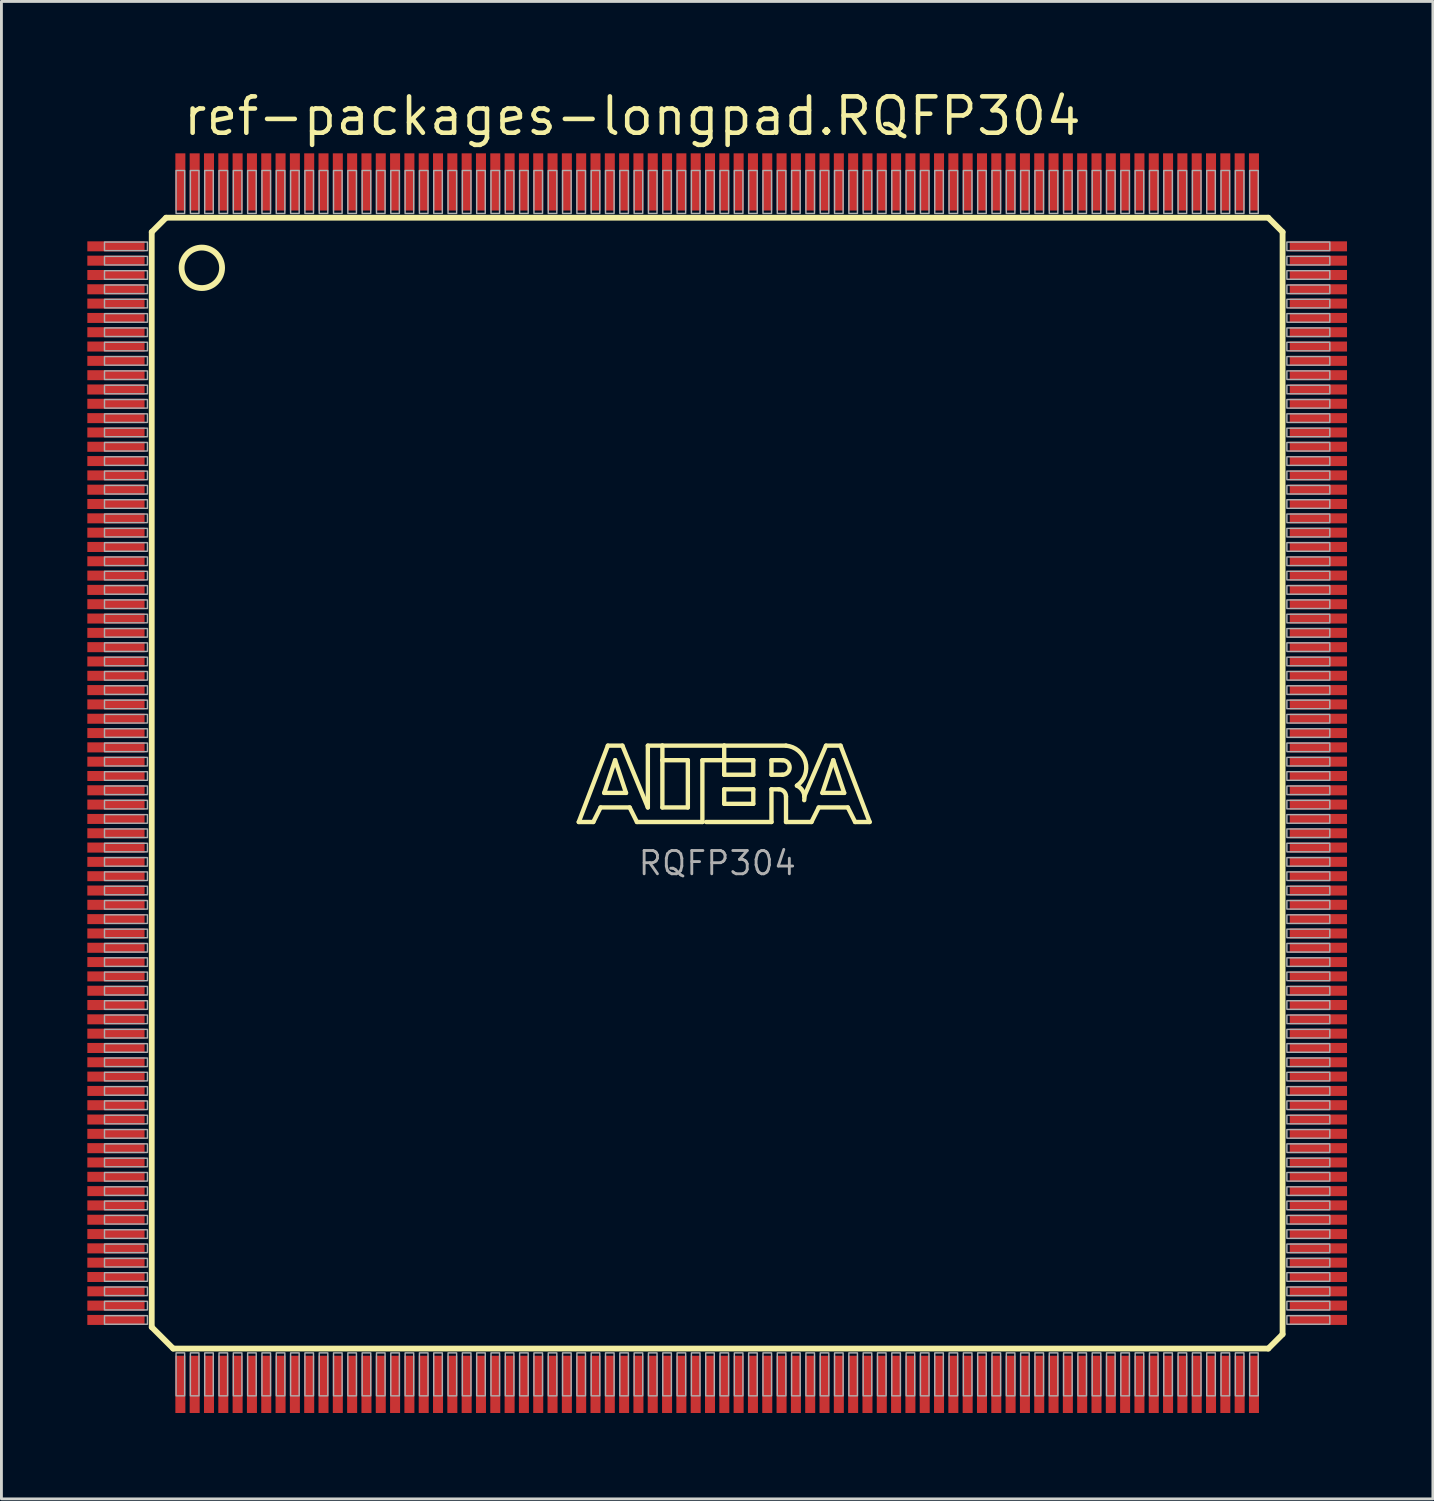
<source format=kicad_pcb>
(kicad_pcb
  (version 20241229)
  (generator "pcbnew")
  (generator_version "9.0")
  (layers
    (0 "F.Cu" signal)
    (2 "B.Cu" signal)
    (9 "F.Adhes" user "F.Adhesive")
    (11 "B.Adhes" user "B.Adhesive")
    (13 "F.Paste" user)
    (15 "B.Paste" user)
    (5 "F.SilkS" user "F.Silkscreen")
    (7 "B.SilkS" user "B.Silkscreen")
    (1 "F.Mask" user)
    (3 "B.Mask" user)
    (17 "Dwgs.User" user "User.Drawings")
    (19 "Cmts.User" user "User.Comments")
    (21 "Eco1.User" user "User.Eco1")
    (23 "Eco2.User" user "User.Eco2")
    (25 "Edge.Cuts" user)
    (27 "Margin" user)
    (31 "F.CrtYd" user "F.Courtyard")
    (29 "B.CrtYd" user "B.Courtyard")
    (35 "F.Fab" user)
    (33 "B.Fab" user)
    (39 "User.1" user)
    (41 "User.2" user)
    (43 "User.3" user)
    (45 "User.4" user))
  (footprint "ref-packages-longpad.RQFP304"
    (layer "F.Cu")
    (at 22 24.305)
    (property "Reference" "ref-packages-longpad.RQFP304" (at -18.729 -22.555 0) (layer "F.SilkS") (effects (font (size 1.27 1.27) (thickness 0.16)) (justify left bottom)))
    (attr smd)
    (fp_line (start -19.75 -19.25) (end -19.25 -19.75) (stroke (width 0.203) (type default)) (layer "F.SilkS"))
    (fp_line (start -19.75 19) (end -19.75 -19.25) (stroke (width 0.203) (type default)) (layer "F.SilkS"))
    (fp_line (start -19.25 -19.75) (end 19.25 -19.75) (stroke (width 0.203) (type default)) (layer "F.SilkS"))
    (fp_line (start -19 19.75) (end -19.75 19) (stroke (width 0.203) (type default)) (layer "F.SilkS"))
    (fp_line (start -4.834 1.357) (end -3.818 -1.31) (stroke (width 0.152) (type default)) (layer "F.SilkS"))
    (fp_line (start -4.326 1.357) (end -4.834 1.357) (stroke (width 0.152) (type default)) (layer "F.SilkS"))
    (fp_line (start -4.072 0.849) (end -4.326 1.357) (stroke (width 0.152) (type default)) (layer "F.SilkS"))
    (fp_line (start -3.945 0.341) (end -3.183 0.341) (stroke (width 0.152) (type default)) (layer "F.SilkS"))
    (fp_line (start -3.818 -1.31) (end -3.31 -1.31) (stroke (width 0.152) (type default)) (layer "F.SilkS"))
    (fp_line (start -3.564 -0.802) (end -3.945 0.341) (stroke (width 0.152) (type default)) (layer "F.SilkS"))
    (fp_line (start -3.31 -1.31) (end -2.421 0.849) (stroke (width 0.152) (type default)) (layer "F.SilkS"))
    (fp_line (start -3.183 0.341) (end -3.564 -0.802) (stroke (width 0.152) (type default)) (layer "F.SilkS"))
    (fp_line (start -3.056 0.849) (end -4.072 0.849) (stroke (width 0.152) (type default)) (layer "F.SilkS"))
    (fp_line (start -2.802 1.357) (end -3.056 0.849) (stroke (width 0.152) (type default)) (layer "F.SilkS"))
    (fp_line (start -2.421 -1.31) (end -1.913 -1.31) (stroke (width 0.152) (type default)) (layer "F.SilkS"))
    (fp_line (start -2.421 0.849) (end -2.421 -1.31) (stroke (width 0.152) (type default)) (layer "F.SilkS"))
    (fp_line (start -1.913 -1.31) (end -1.913 -0.802) (stroke (width 0.152) (type default)) (layer "F.SilkS"))
    (fp_line (start -1.913 -1.31) (end 0.246 -1.31) (stroke (width 0.152) (type default)) (layer "F.SilkS"))
    (fp_line (start -1.913 -0.802) (end -1.913 0.849) (stroke (width 0.152) (type default)) (layer "F.SilkS"))
    (fp_line (start -1.913 0.849) (end -1.024 0.849) (stroke (width 0.152) (type default)) (layer "F.SilkS"))
    (fp_line (start -1.024 -0.802) (end -1.913 -0.802) (stroke (width 0.152) (type default)) (layer "F.SilkS"))
    (fp_line (start -1.024 0.849) (end -1.024 -0.802) (stroke (width 0.152) (type default)) (layer "F.SilkS"))
    (fp_line (start -0.516 -0.802) (end -0.516 1.357) (stroke (width 0.152) (type default)) (layer "F.SilkS"))
    (fp_line (start -0.516 1.357) (end -2.802 1.357) (stroke (width 0.152) (type default)) (layer "F.SilkS"))
    (fp_line (start 0.246 -1.31) (end 0.246 -0.802) (stroke (width 0.152) (type default)) (layer "F.SilkS"))
    (fp_line (start 0.246 -1.31) (end 2.405 -1.31) (stroke (width 0.152) (type default)) (layer "F.SilkS"))
    (fp_line (start 0.246 -0.802) (end -0.516 -0.802) (stroke (width 0.152) (type default)) (layer "F.SilkS"))
    (fp_line (start 0.246 -0.802) (end 0.246 -0.294) (stroke (width 0.152) (type default)) (layer "F.SilkS"))
    (fp_line (start 0.246 -0.294) (end 1.262 -0.294) (stroke (width 0.152) (type default)) (layer "F.SilkS"))
    (fp_line (start 0.246 0.214) (end 1.262 0.214) (stroke (width 0.152) (type default)) (layer "F.SilkS"))
    (fp_line (start 0.246 0.722) (end 0.246 0.214) (stroke (width 0.152) (type default)) (layer "F.SilkS"))
    (fp_line (start 1.262 -0.802) (end 0.246 -0.802) (stroke (width 0.152) (type default)) (layer "F.SilkS"))
    (fp_line (start 1.262 -0.294) (end 1.262 -0.802) (stroke (width 0.152) (type default)) (layer "F.SilkS"))
    (fp_line (start 1.262 0.214) (end 1.262 0.722) (stroke (width 0.152) (type default)) (layer "F.SilkS"))
    (fp_line (start 1.262 0.722) (end 0.246 0.722) (stroke (width 0.152) (type default)) (layer "F.SilkS"))
    (fp_line (start 1.897 -0.802) (end 1.897 -0.294) (stroke (width 0.152) (type default)) (layer "F.SilkS"))
    (fp_line (start 1.897 -0.294) (end 2.278 -0.294) (stroke (width 0.152) (type default)) (layer "F.SilkS"))
    (fp_line (start 1.897 0.214) (end 1.897 1.357) (stroke (width 0.152) (type default)) (layer "F.SilkS"))
    (fp_line (start 1.897 0.214) (end 2.151 0.214) (stroke (width 0.152) (type default)) (layer "F.SilkS"))
    (fp_line (start 1.897 1.357) (end -0.389 1.357) (stroke (width 0.152) (type default)) (layer "F.SilkS"))
    (fp_line (start 2.278 -0.802) (end 1.897 -0.802) (stroke (width 0.152) (type default)) (layer "F.SilkS"))
    (fp_line (start 2.405 0.468) (end 2.405 1.357) (stroke (width 0.152) (type default)) (layer "F.SilkS"))
    (fp_line (start 2.405 1.357) (end 3.294 1.357) (stroke (width 0.152) (type default)) (layer "F.SilkS"))
    (fp_line (start 3.294 1.357) (end 3.548 0.849) (stroke (width 0.152) (type default)) (layer "F.SilkS"))
    (fp_line (start 3.548 0.849) (end 4.564 0.849) (stroke (width 0.152) (type default)) (layer "F.SilkS"))
    (fp_line (start 3.675 0.341) (end 4.056 -0.802) (stroke (width 0.152) (type default)) (layer "F.SilkS"))
    (fp_line (start 3.802 -1.31) (end 3.04 0.468) (stroke (width 0.152) (type default)) (layer "F.SilkS"))
    (fp_line (start 4.056 -0.802) (end 4.437 0.341) (stroke (width 0.152) (type default)) (layer "F.SilkS"))
    (fp_line (start 4.31 -1.31) (end 3.802 -1.31) (stroke (width 0.152) (type default)) (layer "F.SilkS"))
    (fp_line (start 4.437 0.341) (end 3.675 0.341) (stroke (width 0.152) (type default)) (layer "F.SilkS"))
    (fp_line (start 4.564 0.849) (end 4.818 1.357) (stroke (width 0.152) (type default)) (layer "F.SilkS"))
    (fp_line (start 4.818 1.357) (end 5.326 1.357) (stroke (width 0.152) (type default)) (layer "F.SilkS"))
    (fp_line (start 5.326 1.357) (end 4.31 -1.31) (stroke (width 0.152) (type default)) (layer "F.SilkS"))
    (fp_line (start 19.25 -19.75) (end 19.75 -19.25) (stroke (width 0.203) (type default)) (layer "F.SilkS"))
    (fp_line (start 19.25 19.75) (end -19 19.75) (stroke (width 0.203) (type default)) (layer "F.SilkS"))
    (fp_line (start 19.75 -19.25) (end 19.75 19.25) (stroke (width 0.203) (type default)) (layer "F.SilkS"))
    (fp_line (start 19.75 19.25) (end 19.25 19.75) (stroke (width 0.203) (type default)) (layer "F.SilkS"))
    (fp_arc (start 2.151 0.214) (mid 2.330605 0.288395) (end 2.405 0.468) (stroke (width 0.1524) (type default)) (layer "F.SilkS"))
    (fp_arc (start 2.278 -0.802) (mid 2.532 -0.548) (end 2.278 -0.294) (stroke (width 0.1524) (type default)) (layer "F.SilkS"))
    (fp_arc (start 2.405 -1.31) (mid 3.084953 -0.74477) (end 2.7861 0.0874) (stroke (width 0.1524) (type default)) (layer "F.SilkS"))
    (fp_arc (start 2.7861 0.0871) (mid 3.002081 0.296587) (end 3.0398 0.5951) (stroke (width 0.1524) (type default)) (layer "F.SilkS"))
    (fp_circle (center -18 -18) (end -17.293 -18) (stroke (width 0.203) (type default)) (fill no) (layer "F.SilkS"))
    (fp_rect (start -21.4 -18.6) (end -19.9 -18.9) (stroke (width 0.05) (type default)) (fill no) (layer "F.Fab"))
    (fp_rect (start -21.4 -18.1) (end -19.9 -18.4) (stroke (width 0.05) (type default)) (fill no) (layer "F.Fab"))
    (fp_rect (start -21.4 -17.6) (end -19.9 -17.9) (stroke (width 0.05) (type default)) (fill no) (layer "F.Fab"))
    (fp_rect (start -21.4 -17.1) (end -19.9 -17.4) (stroke (width 0.05) (type default)) (fill no) (layer "F.Fab"))
    (fp_rect (start -21.4 -16.6) (end -19.9 -16.9) (stroke (width 0.05) (type default)) (fill no) (layer "F.Fab"))
    (fp_rect (start -21.4 -16.1) (end -19.9 -16.4) (stroke (width 0.05) (type default)) (fill no) (layer "F.Fab"))
    (fp_rect (start -21.4 -15.6) (end -19.9 -15.9) (stroke (width 0.05) (type default)) (fill no) (layer "F.Fab"))
    (fp_rect (start -21.4 -15.1) (end -19.9 -15.4) (stroke (width 0.05) (type default)) (fill no) (layer "F.Fab"))
    (fp_rect (start -21.4 -14.6) (end -19.9 -14.9) (stroke (width 0.05) (type default)) (fill no) (layer "F.Fab"))
    (fp_rect (start -21.4 -14.1) (end -19.9 -14.4) (stroke (width 0.05) (type default)) (fill no) (layer "F.Fab"))
    (fp_rect (start -21.4 -13.6) (end -19.9 -13.9) (stroke (width 0.05) (type default)) (fill no) (layer "F.Fab"))
    (fp_rect (start -21.4 -13.1) (end -19.9 -13.4) (stroke (width 0.05) (type default)) (fill no) (layer "F.Fab"))
    (fp_rect (start -21.4 -12.6) (end -19.9 -12.9) (stroke (width 0.05) (type default)) (fill no) (layer "F.Fab"))
    (fp_rect (start -21.4 -12.1) (end -19.9 -12.4) (stroke (width 0.05) (type default)) (fill no) (layer "F.Fab"))
    (fp_rect (start -21.4 -11.6) (end -19.9 -11.9) (stroke (width 0.05) (type default)) (fill no) (layer "F.Fab"))
    (fp_rect (start -21.4 -11.1) (end -19.9 -11.4) (stroke (width 0.05) (type default)) (fill no) (layer "F.Fab"))
    (fp_rect (start -21.4 -10.6) (end -19.9 -10.9) (stroke (width 0.05) (type default)) (fill no) (layer "F.Fab"))
    (fp_rect (start -21.4 -10.1) (end -19.9 -10.4) (stroke (width 0.05) (type default)) (fill no) (layer "F.Fab"))
    (fp_rect (start -21.4 -9.6) (end -19.9 -9.9) (stroke (width 0.05) (type default)) (fill no) (layer "F.Fab"))
    (fp_rect (start -21.4 -9.1) (end -19.9 -9.4) (stroke (width 0.05) (type default)) (fill no) (layer "F.Fab"))
    (fp_rect (start -21.4 -8.6) (end -19.9 -8.9) (stroke (width 0.05) (type default)) (fill no) (layer "F.Fab"))
    (fp_rect (start -21.4 -8.1) (end -19.9 -8.4) (stroke (width 0.05) (type default)) (fill no) (layer "F.Fab"))
    (fp_rect (start -21.4 -7.6) (end -19.9 -7.9) (stroke (width 0.05) (type default)) (fill no) (layer "F.Fab"))
    (fp_rect (start -21.4 -7.1) (end -19.9 -7.4) (stroke (width 0.05) (type default)) (fill no) (layer "F.Fab"))
    (fp_rect (start -21.4 -6.6) (end -19.9 -6.9) (stroke (width 0.05) (type default)) (fill no) (layer "F.Fab"))
    (fp_rect (start -21.4 -6.1) (end -19.9 -6.4) (stroke (width 0.05) (type default)) (fill no) (layer "F.Fab"))
    (fp_rect (start -21.4 -5.6) (end -19.9 -5.9) (stroke (width 0.05) (type default)) (fill no) (layer "F.Fab"))
    (fp_rect (start -21.4 -5.1) (end -19.9 -5.4) (stroke (width 0.05) (type default)) (fill no) (layer "F.Fab"))
    (fp_rect (start -21.4 -4.6) (end -19.9 -4.9) (stroke (width 0.05) (type default)) (fill no) (layer "F.Fab"))
    (fp_rect (start -21.4 -4.1) (end -19.9 -4.4) (stroke (width 0.05) (type default)) (fill no) (layer "F.Fab"))
    (fp_rect (start -21.4 -3.6) (end -19.9 -3.9) (stroke (width 0.05) (type default)) (fill no) (layer "F.Fab"))
    (fp_rect (start -21.4 -3.1) (end -19.9 -3.4) (stroke (width 0.05) (type default)) (fill no) (layer "F.Fab"))
    (fp_rect (start -21.4 -2.6) (end -19.9 -2.9) (stroke (width 0.05) (type default)) (fill no) (layer "F.Fab"))
    (fp_rect (start -21.4 -2.1) (end -19.9 -2.4) (stroke (width 0.05) (type default)) (fill no) (layer "F.Fab"))
    (fp_rect (start -21.4 -1.6) (end -19.9 -1.9) (stroke (width 0.05) (type default)) (fill no) (layer "F.Fab"))
    (fp_rect (start -21.4 -1.1) (end -19.9 -1.4) (stroke (width 0.05) (type default)) (fill no) (layer "F.Fab"))
    (fp_rect (start -21.4 -0.6) (end -19.9 -0.9) (stroke (width 0.05) (type default)) (fill no) (layer "F.Fab"))
    (fp_rect (start -21.4 -0.1) (end -19.9 -0.4) (stroke (width 0.05) (type default)) (fill no) (layer "F.Fab"))
    (fp_rect (start -21.4 0.4) (end -19.9 0.1) (stroke (width 0.05) (type default)) (fill no) (layer "F.Fab"))
    (fp_rect (start -21.4 0.9) (end -19.9 0.6) (stroke (width 0.05) (type default)) (fill no) (layer "F.Fab"))
    (fp_rect (start -21.4 1.4) (end -19.9 1.1) (stroke (width 0.05) (type default)) (fill no) (layer "F.Fab"))
    (fp_rect (start -21.4 1.9) (end -19.9 1.6) (stroke (width 0.05) (type default)) (fill no) (layer "F.Fab"))
    (fp_rect (start -21.4 2.4) (end -19.9 2.1) (stroke (width 0.05) (type default)) (fill no) (layer "F.Fab"))
    (fp_rect (start -21.4 2.9) (end -19.9 2.6) (stroke (width 0.05) (type default)) (fill no) (layer "F.Fab"))
    (fp_rect (start -21.4 3.4) (end -19.9 3.1) (stroke (width 0.05) (type default)) (fill no) (layer "F.Fab"))
    (fp_rect (start -21.4 3.9) (end -19.9 3.6) (stroke (width 0.05) (type default)) (fill no) (layer "F.Fab"))
    (fp_rect (start -21.4 4.4) (end -19.9 4.1) (stroke (width 0.05) (type default)) (fill no) (layer "F.Fab"))
    (fp_rect (start -21.4 4.9) (end -19.9 4.6) (stroke (width 0.05) (type default)) (fill no) (layer "F.Fab"))
    (fp_rect (start -21.4 5.4) (end -19.9 5.1) (stroke (width 0.05) (type default)) (fill no) (layer "F.Fab"))
    (fp_rect (start -21.4 5.9) (end -19.9 5.6) (stroke (width 0.05) (type default)) (fill no) (layer "F.Fab"))
    (fp_rect (start -21.4 6.4) (end -19.9 6.1) (stroke (width 0.05) (type default)) (fill no) (layer "F.Fab"))
    (fp_rect (start -21.4 6.9) (end -19.9 6.6) (stroke (width 0.05) (type default)) (fill no) (layer "F.Fab"))
    (fp_rect (start -21.4 7.4) (end -19.9 7.1) (stroke (width 0.05) (type default)) (fill no) (layer "F.Fab"))
    (fp_rect (start -21.4 7.9) (end -19.9 7.6) (stroke (width 0.05) (type default)) (fill no) (layer "F.Fab"))
    (fp_rect (start -21.4 8.4) (end -19.9 8.1) (stroke (width 0.05) (type default)) (fill no) (layer "F.Fab"))
    (fp_rect (start -21.4 8.9) (end -19.9 8.6) (stroke (width 0.05) (type default)) (fill no) (layer "F.Fab"))
    (fp_rect (start -21.4 9.4) (end -19.9 9.1) (stroke (width 0.05) (type default)) (fill no) (layer "F.Fab"))
    (fp_rect (start -21.4 9.9) (end -19.9 9.6) (stroke (width 0.05) (type default)) (fill no) (layer "F.Fab"))
    (fp_rect (start -21.4 10.4) (end -19.9 10.1) (stroke (width 0.05) (type default)) (fill no) (layer "F.Fab"))
    (fp_rect (start -21.4 10.9) (end -19.9 10.6) (stroke (width 0.05) (type default)) (fill no) (layer "F.Fab"))
    (fp_rect (start -21.4 11.4) (end -19.9 11.1) (stroke (width 0.05) (type default)) (fill no) (layer "F.Fab"))
    (fp_rect (start -21.4 11.9) (end -19.9 11.6) (stroke (width 0.05) (type default)) (fill no) (layer "F.Fab"))
    (fp_rect (start -21.4 12.4) (end -19.9 12.1) (stroke (width 0.05) (type default)) (fill no) (layer "F.Fab"))
    (fp_rect (start -21.4 12.9) (end -19.9 12.6) (stroke (width 0.05) (type default)) (fill no) (layer "F.Fab"))
    (fp_rect (start -21.4 13.4) (end -19.9 13.1) (stroke (width 0.05) (type default)) (fill no) (layer "F.Fab"))
    (fp_rect (start -21.4 13.9) (end -19.9 13.6) (stroke (width 0.05) (type default)) (fill no) (layer "F.Fab"))
    (fp_rect (start -21.4 14.4) (end -19.9 14.1) (stroke (width 0.05) (type default)) (fill no) (layer "F.Fab"))
    (fp_rect (start -21.4 14.9) (end -19.9 14.6) (stroke (width 0.05) (type default)) (fill no) (layer "F.Fab"))
    (fp_rect (start -21.4 15.4) (end -19.9 15.1) (stroke (width 0.05) (type default)) (fill no) (layer "F.Fab"))
    (fp_rect (start -21.4 15.9) (end -19.9 15.6) (stroke (width 0.05) (type default)) (fill no) (layer "F.Fab"))
    (fp_rect (start -21.4 16.4) (end -19.9 16.1) (stroke (width 0.05) (type default)) (fill no) (layer "F.Fab"))
    (fp_rect (start -21.4 16.9) (end -19.9 16.6) (stroke (width 0.05) (type default)) (fill no) (layer "F.Fab"))
    (fp_rect (start -21.4 17.4) (end -19.9 17.1) (stroke (width 0.05) (type default)) (fill no) (layer "F.Fab"))
    (fp_rect (start -21.4 17.9) (end -19.9 17.6) (stroke (width 0.05) (type default)) (fill no) (layer "F.Fab"))
    (fp_rect (start -21.4 18.4) (end -19.9 18.1) (stroke (width 0.05) (type default)) (fill no) (layer "F.Fab"))
    (fp_rect (start -21.4 18.9) (end -19.9 18.6) (stroke (width 0.05) (type default)) (fill no) (layer "F.Fab"))
    (fp_rect (start -18.9 -19.9) (end -18.6 -21.4) (stroke (width 0.05) (type default)) (fill no) (layer "F.Fab"))
    (fp_rect (start -18.9 21.4) (end -18.6 19.9) (stroke (width 0.05) (type default)) (fill no) (layer "F.Fab"))
    (fp_rect (start -18.4 -19.9) (end -18.1 -21.4) (stroke (width 0.05) (type default)) (fill no) (layer "F.Fab"))
    (fp_rect (start -18.4 21.4) (end -18.1 19.9) (stroke (width 0.05) (type default)) (fill no) (layer "F.Fab"))
    (fp_rect (start -17.9 -19.9) (end -17.6 -21.4) (stroke (width 0.05) (type default)) (fill no) (layer "F.Fab"))
    (fp_rect (start -17.9 21.4) (end -17.6 19.9) (stroke (width 0.05) (type default)) (fill no) (layer "F.Fab"))
    (fp_rect (start -17.4 -19.9) (end -17.1 -21.4) (stroke (width 0.05) (type default)) (fill no) (layer "F.Fab"))
    (fp_rect (start -17.4 21.4) (end -17.1 19.9) (stroke (width 0.05) (type default)) (fill no) (layer "F.Fab"))
    (fp_rect (start -16.9 -19.9) (end -16.6 -21.4) (stroke (width 0.05) (type default)) (fill no) (layer "F.Fab"))
    (fp_rect (start -16.9 21.4) (end -16.6 19.9) (stroke (width 0.05) (type default)) (fill no) (layer "F.Fab"))
    (fp_rect (start -16.4 -19.9) (end -16.1 -21.4) (stroke (width 0.05) (type default)) (fill no) (layer "F.Fab"))
    (fp_rect (start -16.4 21.4) (end -16.1 19.9) (stroke (width 0.05) (type default)) (fill no) (layer "F.Fab"))
    (fp_rect (start -15.9 -19.9) (end -15.6 -21.4) (stroke (width 0.05) (type default)) (fill no) (layer "F.Fab"))
    (fp_rect (start -15.9 21.4) (end -15.6 19.9) (stroke (width 0.05) (type default)) (fill no) (layer "F.Fab"))
    (fp_rect (start -15.4 -19.9) (end -15.1 -21.4) (stroke (width 0.05) (type default)) (fill no) (layer "F.Fab"))
    (fp_rect (start -15.4 21.4) (end -15.1 19.9) (stroke (width 0.05) (type default)) (fill no) (layer "F.Fab"))
    (fp_rect (start -14.9 -19.9) (end -14.6 -21.4) (stroke (width 0.05) (type default)) (fill no) (layer "F.Fab"))
    (fp_rect (start -14.9 21.4) (end -14.6 19.9) (stroke (width 0.05) (type default)) (fill no) (layer "F.Fab"))
    (fp_rect (start -14.4 -19.9) (end -14.1 -21.4) (stroke (width 0.05) (type default)) (fill no) (layer "F.Fab"))
    (fp_rect (start -14.4 21.4) (end -14.1 19.9) (stroke (width 0.05) (type default)) (fill no) (layer "F.Fab"))
    (fp_rect (start -13.9 -19.9) (end -13.6 -21.4) (stroke (width 0.05) (type default)) (fill no) (layer "F.Fab"))
    (fp_rect (start -13.9 21.4) (end -13.6 19.9) (stroke (width 0.05) (type default)) (fill no) (layer "F.Fab"))
    (fp_rect (start -13.4 -19.9) (end -13.1 -21.4) (stroke (width 0.05) (type default)) (fill no) (layer "F.Fab"))
    (fp_rect (start -13.4 21.4) (end -13.1 19.9) (stroke (width 0.05) (type default)) (fill no) (layer "F.Fab"))
    (fp_rect (start -12.9 -19.9) (end -12.6 -21.4) (stroke (width 0.05) (type default)) (fill no) (layer "F.Fab"))
    (fp_rect (start -12.9 21.4) (end -12.6 19.9) (stroke (width 0.05) (type default)) (fill no) (layer "F.Fab"))
    (fp_rect (start -12.4 -19.9) (end -12.1 -21.4) (stroke (width 0.05) (type default)) (fill no) (layer "F.Fab"))
    (fp_rect (start -12.4 21.4) (end -12.1 19.9) (stroke (width 0.05) (type default)) (fill no) (layer "F.Fab"))
    (fp_rect (start -11.9 -19.9) (end -11.6 -21.4) (stroke (width 0.05) (type default)) (fill no) (layer "F.Fab"))
    (fp_rect (start -11.9 21.4) (end -11.6 19.9) (stroke (width 0.05) (type default)) (fill no) (layer "F.Fab"))
    (fp_rect (start -11.4 -19.9) (end -11.1 -21.4) (stroke (width 0.05) (type default)) (fill no) (layer "F.Fab"))
    (fp_rect (start -11.4 21.4) (end -11.1 19.9) (stroke (width 0.05) (type default)) (fill no) (layer "F.Fab"))
    (fp_rect (start -10.9 -19.9) (end -10.6 -21.4) (stroke (width 0.05) (type default)) (fill no) (layer "F.Fab"))
    (fp_rect (start -10.9 21.4) (end -10.6 19.9) (stroke (width 0.05) (type default)) (fill no) (layer "F.Fab"))
    (fp_rect (start -10.4 -19.9) (end -10.1 -21.4) (stroke (width 0.05) (type default)) (fill no) (layer "F.Fab"))
    (fp_rect (start -10.4 21.4) (end -10.1 19.9) (stroke (width 0.05) (type default)) (fill no) (layer "F.Fab"))
    (fp_rect (start -9.9 -19.9) (end -9.6 -21.4) (stroke (width 0.05) (type default)) (fill no) (layer "F.Fab"))
    (fp_rect (start -9.9 21.4) (end -9.6 19.9) (stroke (width 0.05) (type default)) (fill no) (layer "F.Fab"))
    (fp_rect (start -9.4 -19.9) (end -9.1 -21.4) (stroke (width 0.05) (type default)) (fill no) (layer "F.Fab"))
    (fp_rect (start -9.4 21.4) (end -9.1 19.9) (stroke (width 0.05) (type default)) (fill no) (layer "F.Fab"))
    (fp_rect (start -8.9 -19.9) (end -8.6 -21.4) (stroke (width 0.05) (type default)) (fill no) (layer "F.Fab"))
    (fp_rect (start -8.9 21.4) (end -8.6 19.9) (stroke (width 0.05) (type default)) (fill no) (layer "F.Fab"))
    (fp_rect (start -8.4 -19.9) (end -8.1 -21.4) (stroke (width 0.05) (type default)) (fill no) (layer "F.Fab"))
    (fp_rect (start -8.4 21.4) (end -8.1 19.9) (stroke (width 0.05) (type default)) (fill no) (layer "F.Fab"))
    (fp_rect (start -7.9 -19.9) (end -7.6 -21.4) (stroke (width 0.05) (type default)) (fill no) (layer "F.Fab"))
    (fp_rect (start -7.9 21.4) (end -7.6 19.9) (stroke (width 0.05) (type default)) (fill no) (layer "F.Fab"))
    (fp_rect (start -7.4 -19.9) (end -7.1 -21.4) (stroke (width 0.05) (type default)) (fill no) (layer "F.Fab"))
    (fp_rect (start -7.4 21.4) (end -7.1 19.9) (stroke (width 0.05) (type default)) (fill no) (layer "F.Fab"))
    (fp_rect (start -6.9 -19.9) (end -6.6 -21.4) (stroke (width 0.05) (type default)) (fill no) (layer "F.Fab"))
    (fp_rect (start -6.9 21.4) (end -6.6 19.9) (stroke (width 0.05) (type default)) (fill no) (layer "F.Fab"))
    (fp_rect (start -6.4 -19.9) (end -6.1 -21.4) (stroke (width 0.05) (type default)) (fill no) (layer "F.Fab"))
    (fp_rect (start -6.4 21.4) (end -6.1 19.9) (stroke (width 0.05) (type default)) (fill no) (layer "F.Fab"))
    (fp_rect (start -5.9 -19.9) (end -5.6 -21.4) (stroke (width 0.05) (type default)) (fill no) (layer "F.Fab"))
    (fp_rect (start -5.9 21.4) (end -5.6 19.9) (stroke (width 0.05) (type default)) (fill no) (layer "F.Fab"))
    (fp_rect (start -5.4 -19.9) (end -5.1 -21.4) (stroke (width 0.05) (type default)) (fill no) (layer "F.Fab"))
    (fp_rect (start -5.4 21.4) (end -5.1 19.9) (stroke (width 0.05) (type default)) (fill no) (layer "F.Fab"))
    (fp_rect (start -4.9 -19.9) (end -4.6 -21.4) (stroke (width 0.05) (type default)) (fill no) (layer "F.Fab"))
    (fp_rect (start -4.9 21.4) (end -4.6 19.9) (stroke (width 0.05) (type default)) (fill no) (layer "F.Fab"))
    (fp_rect (start -4.4 -19.9) (end -4.1 -21.4) (stroke (width 0.05) (type default)) (fill no) (layer "F.Fab"))
    (fp_rect (start -4.4 21.4) (end -4.1 19.9) (stroke (width 0.05) (type default)) (fill no) (layer "F.Fab"))
    (fp_rect (start -3.9 -19.9) (end -3.6 -21.4) (stroke (width 0.05) (type default)) (fill no) (layer "F.Fab"))
    (fp_rect (start -3.9 21.4) (end -3.6 19.9) (stroke (width 0.05) (type default)) (fill no) (layer "F.Fab"))
    (fp_rect (start -3.4 -19.9) (end -3.1 -21.4) (stroke (width 0.05) (type default)) (fill no) (layer "F.Fab"))
    (fp_rect (start -3.4 21.4) (end -3.1 19.9) (stroke (width 0.05) (type default)) (fill no) (layer "F.Fab"))
    (fp_rect (start -2.9 -19.9) (end -2.6 -21.4) (stroke (width 0.05) (type default)) (fill no) (layer "F.Fab"))
    (fp_rect (start -2.9 21.4) (end -2.6 19.9) (stroke (width 0.05) (type default)) (fill no) (layer "F.Fab"))
    (fp_rect (start -2.4 -19.9) (end -2.1 -21.4) (stroke (width 0.05) (type default)) (fill no) (layer "F.Fab"))
    (fp_rect (start -2.4 21.4) (end -2.1 19.9) (stroke (width 0.05) (type default)) (fill no) (layer "F.Fab"))
    (fp_rect (start -1.9 -19.9) (end -1.6 -21.4) (stroke (width 0.05) (type default)) (fill no) (layer "F.Fab"))
    (fp_rect (start -1.9 21.4) (end -1.6 19.9) (stroke (width 0.05) (type default)) (fill no) (layer "F.Fab"))
    (fp_rect (start -1.4 -19.9) (end -1.1 -21.4) (stroke (width 0.05) (type default)) (fill no) (layer "F.Fab"))
    (fp_rect (start -1.4 21.4) (end -1.1 19.9) (stroke (width 0.05) (type default)) (fill no) (layer "F.Fab"))
    (fp_rect (start -0.9 -19.9) (end -0.6 -21.4) (stroke (width 0.05) (type default)) (fill no) (layer "F.Fab"))
    (fp_rect (start -0.9 21.4) (end -0.6 19.9) (stroke (width 0.05) (type default)) (fill no) (layer "F.Fab"))
    (fp_rect (start -0.4 -19.9) (end -0.1 -21.4) (stroke (width 0.05) (type default)) (fill no) (layer "F.Fab"))
    (fp_rect (start -0.4 21.4) (end -0.1 19.9) (stroke (width 0.05) (type default)) (fill no) (layer "F.Fab"))
    (fp_rect (start 0.1 -19.9) (end 0.4 -21.4) (stroke (width 0.05) (type default)) (fill no) (layer "F.Fab"))
    (fp_rect (start 0.1 21.4) (end 0.4 19.9) (stroke (width 0.05) (type default)) (fill no) (layer "F.Fab"))
    (fp_rect (start 0.6 -19.9) (end 0.9 -21.4) (stroke (width 0.05) (type default)) (fill no) (layer "F.Fab"))
    (fp_rect (start 0.6 21.4) (end 0.9 19.9) (stroke (width 0.05) (type default)) (fill no) (layer "F.Fab"))
    (fp_rect (start 1.1 -19.9) (end 1.4 -21.4) (stroke (width 0.05) (type default)) (fill no) (layer "F.Fab"))
    (fp_rect (start 1.1 21.4) (end 1.4 19.9) (stroke (width 0.05) (type default)) (fill no) (layer "F.Fab"))
    (fp_rect (start 1.6 -19.9) (end 1.9 -21.4) (stroke (width 0.05) (type default)) (fill no) (layer "F.Fab"))
    (fp_rect (start 1.6 21.4) (end 1.9 19.9) (stroke (width 0.05) (type default)) (fill no) (layer "F.Fab"))
    (fp_rect (start 2.1 -19.9) (end 2.4 -21.4) (stroke (width 0.05) (type default)) (fill no) (layer "F.Fab"))
    (fp_rect (start 2.1 21.4) (end 2.4 19.9) (stroke (width 0.05) (type default)) (fill no) (layer "F.Fab"))
    (fp_rect (start 2.6 -19.9) (end 2.9 -21.4) (stroke (width 0.05) (type default)) (fill no) (layer "F.Fab"))
    (fp_rect (start 2.6 21.4) (end 2.9 19.9) (stroke (width 0.05) (type default)) (fill no) (layer "F.Fab"))
    (fp_rect (start 3.1 -19.9) (end 3.4 -21.4) (stroke (width 0.05) (type default)) (fill no) (layer "F.Fab"))
    (fp_rect (start 3.1 21.4) (end 3.4 19.9) (stroke (width 0.05) (type default)) (fill no) (layer "F.Fab"))
    (fp_rect (start 3.6 -19.9) (end 3.9 -21.4) (stroke (width 0.05) (type default)) (fill no) (layer "F.Fab"))
    (fp_rect (start 3.6 21.4) (end 3.9 19.9) (stroke (width 0.05) (type default)) (fill no) (layer "F.Fab"))
    (fp_rect (start 4.1 -19.9) (end 4.4 -21.4) (stroke (width 0.05) (type default)) (fill no) (layer "F.Fab"))
    (fp_rect (start 4.1 21.4) (end 4.4 19.9) (stroke (width 0.05) (type default)) (fill no) (layer "F.Fab"))
    (fp_rect (start 4.6 -19.9) (end 4.9 -21.4) (stroke (width 0.05) (type default)) (fill no) (layer "F.Fab"))
    (fp_rect (start 4.6 21.4) (end 4.9 19.9) (stroke (width 0.05) (type default)) (fill no) (layer "F.Fab"))
    (fp_rect (start 5.1 -19.9) (end 5.4 -21.4) (stroke (width 0.05) (type default)) (fill no) (layer "F.Fab"))
    (fp_rect (start 5.1 21.4) (end 5.4 19.9) (stroke (width 0.05) (type default)) (fill no) (layer "F.Fab"))
    (fp_rect (start 5.6 -19.9) (end 5.9 -21.4) (stroke (width 0.05) (type default)) (fill no) (layer "F.Fab"))
    (fp_rect (start 5.6 21.4) (end 5.9 19.9) (stroke (width 0.05) (type default)) (fill no) (layer "F.Fab"))
    (fp_rect (start 6.1 -19.9) (end 6.4 -21.4) (stroke (width 0.05) (type default)) (fill no) (layer "F.Fab"))
    (fp_rect (start 6.1 21.4) (end 6.4 19.9) (stroke (width 0.05) (type default)) (fill no) (layer "F.Fab"))
    (fp_rect (start 6.6 -19.9) (end 6.9 -21.4) (stroke (width 0.05) (type default)) (fill no) (layer "F.Fab"))
    (fp_rect (start 6.6 21.4) (end 6.9 19.9) (stroke (width 0.05) (type default)) (fill no) (layer "F.Fab"))
    (fp_rect (start 7.1 -19.9) (end 7.4 -21.4) (stroke (width 0.05) (type default)) (fill no) (layer "F.Fab"))
    (fp_rect (start 7.1 21.4) (end 7.4 19.9) (stroke (width 0.05) (type default)) (fill no) (layer "F.Fab"))
    (fp_rect (start 7.6 -19.9) (end 7.9 -21.4) (stroke (width 0.05) (type default)) (fill no) (layer "F.Fab"))
    (fp_rect (start 7.6 21.4) (end 7.9 19.9) (stroke (width 0.05) (type default)) (fill no) (layer "F.Fab"))
    (fp_rect (start 8.1 -19.9) (end 8.4 -21.4) (stroke (width 0.05) (type default)) (fill no) (layer "F.Fab"))
    (fp_rect (start 8.1 21.4) (end 8.4 19.9) (stroke (width 0.05) (type default)) (fill no) (layer "F.Fab"))
    (fp_rect (start 8.6 -19.9) (end 8.9 -21.4) (stroke (width 0.05) (type default)) (fill no) (layer "F.Fab"))
    (fp_rect (start 8.6 21.4) (end 8.9 19.9) (stroke (width 0.05) (type default)) (fill no) (layer "F.Fab"))
    (fp_rect (start 9.1 -19.9) (end 9.4 -21.4) (stroke (width 0.05) (type default)) (fill no) (layer "F.Fab"))
    (fp_rect (start 9.1 21.4) (end 9.4 19.9) (stroke (width 0.05) (type default)) (fill no) (layer "F.Fab"))
    (fp_rect (start 9.6 -19.9) (end 9.9 -21.4) (stroke (width 0.05) (type default)) (fill no) (layer "F.Fab"))
    (fp_rect (start 9.6 21.4) (end 9.9 19.9) (stroke (width 0.05) (type default)) (fill no) (layer "F.Fab"))
    (fp_rect (start 10.1 -19.9) (end 10.4 -21.4) (stroke (width 0.05) (type default)) (fill no) (layer "F.Fab"))
    (fp_rect (start 10.1 21.4) (end 10.4 19.9) (stroke (width 0.05) (type default)) (fill no) (layer "F.Fab"))
    (fp_rect (start 10.6 -19.9) (end 10.9 -21.4) (stroke (width 0.05) (type default)) (fill no) (layer "F.Fab"))
    (fp_rect (start 10.6 21.4) (end 10.9 19.9) (stroke (width 0.05) (type default)) (fill no) (layer "F.Fab"))
    (fp_rect (start 11.1 -19.9) (end 11.4 -21.4) (stroke (width 0.05) (type default)) (fill no) (layer "F.Fab"))
    (fp_rect (start 11.1 21.4) (end 11.4 19.9) (stroke (width 0.05) (type default)) (fill no) (layer "F.Fab"))
    (fp_rect (start 11.6 -19.9) (end 11.9 -21.4) (stroke (width 0.05) (type default)) (fill no) (layer "F.Fab"))
    (fp_rect (start 11.6 21.4) (end 11.9 19.9) (stroke (width 0.05) (type default)) (fill no) (layer "F.Fab"))
    (fp_rect (start 12.1 -19.9) (end 12.4 -21.4) (stroke (width 0.05) (type default)) (fill no) (layer "F.Fab"))
    (fp_rect (start 12.1 21.4) (end 12.4 19.9) (stroke (width 0.05) (type default)) (fill no) (layer "F.Fab"))
    (fp_rect (start 12.6 -19.9) (end 12.9 -21.4) (stroke (width 0.05) (type default)) (fill no) (layer "F.Fab"))
    (fp_rect (start 12.6 21.4) (end 12.9 19.9) (stroke (width 0.05) (type default)) (fill no) (layer "F.Fab"))
    (fp_rect (start 13.1 -19.9) (end 13.4 -21.4) (stroke (width 0.05) (type default)) (fill no) (layer "F.Fab"))
    (fp_rect (start 13.1 21.4) (end 13.4 19.9) (stroke (width 0.05) (type default)) (fill no) (layer "F.Fab"))
    (fp_rect (start 13.6 -19.9) (end 13.9 -21.4) (stroke (width 0.05) (type default)) (fill no) (layer "F.Fab"))
    (fp_rect (start 13.6 21.4) (end 13.9 19.9) (stroke (width 0.05) (type default)) (fill no) (layer "F.Fab"))
    (fp_rect (start 14.1 -19.9) (end 14.4 -21.4) (stroke (width 0.05) (type default)) (fill no) (layer "F.Fab"))
    (fp_rect (start 14.1 21.4) (end 14.4 19.9) (stroke (width 0.05) (type default)) (fill no) (layer "F.Fab"))
    (fp_rect (start 14.6 -19.9) (end 14.9 -21.4) (stroke (width 0.05) (type default)) (fill no) (layer "F.Fab"))
    (fp_rect (start 14.6 21.4) (end 14.9 19.9) (stroke (width 0.05) (type default)) (fill no) (layer "F.Fab"))
    (fp_rect (start 15.1 -19.9) (end 15.4 -21.4) (stroke (width 0.05) (type default)) (fill no) (layer "F.Fab"))
    (fp_rect (start 15.1 21.4) (end 15.4 19.9) (stroke (width 0.05) (type default)) (fill no) (layer "F.Fab"))
    (fp_rect (start 15.6 -19.9) (end 15.9 -21.4) (stroke (width 0.05) (type default)) (fill no) (layer "F.Fab"))
    (fp_rect (start 15.6 21.4) (end 15.9 19.9) (stroke (width 0.05) (type default)) (fill no) (layer "F.Fab"))
    (fp_rect (start 16.1 -19.9) (end 16.4 -21.4) (stroke (width 0.05) (type default)) (fill no) (layer "F.Fab"))
    (fp_rect (start 16.1 21.4) (end 16.4 19.9) (stroke (width 0.05) (type default)) (fill no) (layer "F.Fab"))
    (fp_rect (start 16.6 -19.9) (end 16.9 -21.4) (stroke (width 0.05) (type default)) (fill no) (layer "F.Fab"))
    (fp_rect (start 16.6 21.4) (end 16.9 19.9) (stroke (width 0.05) (type default)) (fill no) (layer "F.Fab"))
    (fp_rect (start 17.1 -19.9) (end 17.4 -21.4) (stroke (width 0.05) (type default)) (fill no) (layer "F.Fab"))
    (fp_rect (start 17.1 21.4) (end 17.4 19.9) (stroke (width 0.05) (type default)) (fill no) (layer "F.Fab"))
    (fp_rect (start 17.6 -19.9) (end 17.9 -21.4) (stroke (width 0.05) (type default)) (fill no) (layer "F.Fab"))
    (fp_rect (start 17.6 21.4) (end 17.9 19.9) (stroke (width 0.05) (type default)) (fill no) (layer "F.Fab"))
    (fp_rect (start 18.1 -19.9) (end 18.4 -21.4) (stroke (width 0.05) (type default)) (fill no) (layer "F.Fab"))
    (fp_rect (start 18.1 21.4) (end 18.4 19.9) (stroke (width 0.05) (type default)) (fill no) (layer "F.Fab"))
    (fp_rect (start 18.6 -19.9) (end 18.9 -21.4) (stroke (width 0.05) (type default)) (fill no) (layer "F.Fab"))
    (fp_rect (start 18.6 21.4) (end 18.9 19.9) (stroke (width 0.05) (type default)) (fill no) (layer "F.Fab"))
    (fp_rect (start 19.9 -18.6) (end 21.4 -18.9) (stroke (width 0.05) (type default)) (fill no) (layer "F.Fab"))
    (fp_rect (start 19.9 -18.1) (end 21.4 -18.4) (stroke (width 0.05) (type default)) (fill no) (layer "F.Fab"))
    (fp_rect (start 19.9 -17.6) (end 21.4 -17.9) (stroke (width 0.05) (type default)) (fill no) (layer "F.Fab"))
    (fp_rect (start 19.9 -17.1) (end 21.4 -17.4) (stroke (width 0.05) (type default)) (fill no) (layer "F.Fab"))
    (fp_rect (start 19.9 -16.6) (end 21.4 -16.9) (stroke (width 0.05) (type default)) (fill no) (layer "F.Fab"))
    (fp_rect (start 19.9 -16.1) (end 21.4 -16.4) (stroke (width 0.05) (type default)) (fill no) (layer "F.Fab"))
    (fp_rect (start 19.9 -15.6) (end 21.4 -15.9) (stroke (width 0.05) (type default)) (fill no) (layer "F.Fab"))
    (fp_rect (start 19.9 -15.1) (end 21.4 -15.4) (stroke (width 0.05) (type default)) (fill no) (layer "F.Fab"))
    (fp_rect (start 19.9 -14.6) (end 21.4 -14.9) (stroke (width 0.05) (type default)) (fill no) (layer "F.Fab"))
    (fp_rect (start 19.9 -14.1) (end 21.4 -14.4) (stroke (width 0.05) (type default)) (fill no) (layer "F.Fab"))
    (fp_rect (start 19.9 -13.6) (end 21.4 -13.9) (stroke (width 0.05) (type default)) (fill no) (layer "F.Fab"))
    (fp_rect (start 19.9 -13.1) (end 21.4 -13.4) (stroke (width 0.05) (type default)) (fill no) (layer "F.Fab"))
    (fp_rect (start 19.9 -12.6) (end 21.4 -12.9) (stroke (width 0.05) (type default)) (fill no) (layer "F.Fab"))
    (fp_rect (start 19.9 -12.1) (end 21.4 -12.4) (stroke (width 0.05) (type default)) (fill no) (layer "F.Fab"))
    (fp_rect (start 19.9 -11.6) (end 21.4 -11.9) (stroke (width 0.05) (type default)) (fill no) (layer "F.Fab"))
    (fp_rect (start 19.9 -11.1) (end 21.4 -11.4) (stroke (width 0.05) (type default)) (fill no) (layer "F.Fab"))
    (fp_rect (start 19.9 -10.6) (end 21.4 -10.9) (stroke (width 0.05) (type default)) (fill no) (layer "F.Fab"))
    (fp_rect (start 19.9 -10.1) (end 21.4 -10.4) (stroke (width 0.05) (type default)) (fill no) (layer "F.Fab"))
    (fp_rect (start 19.9 -9.6) (end 21.4 -9.9) (stroke (width 0.05) (type default)) (fill no) (layer "F.Fab"))
    (fp_rect (start 19.9 -9.1) (end 21.4 -9.4) (stroke (width 0.05) (type default)) (fill no) (layer "F.Fab"))
    (fp_rect (start 19.9 -8.6) (end 21.4 -8.9) (stroke (width 0.05) (type default)) (fill no) (layer "F.Fab"))
    (fp_rect (start 19.9 -8.1) (end 21.4 -8.4) (stroke (width 0.05) (type default)) (fill no) (layer "F.Fab"))
    (fp_rect (start 19.9 -7.6) (end 21.4 -7.9) (stroke (width 0.05) (type default)) (fill no) (layer "F.Fab"))
    (fp_rect (start 19.9 -7.1) (end 21.4 -7.4) (stroke (width 0.05) (type default)) (fill no) (layer "F.Fab"))
    (fp_rect (start 19.9 -6.6) (end 21.4 -6.9) (stroke (width 0.05) (type default)) (fill no) (layer "F.Fab"))
    (fp_rect (start 19.9 -6.1) (end 21.4 -6.4) (stroke (width 0.05) (type default)) (fill no) (layer "F.Fab"))
    (fp_rect (start 19.9 -5.6) (end 21.4 -5.9) (stroke (width 0.05) (type default)) (fill no) (layer "F.Fab"))
    (fp_rect (start 19.9 -5.1) (end 21.4 -5.4) (stroke (width 0.05) (type default)) (fill no) (layer "F.Fab"))
    (fp_rect (start 19.9 -4.6) (end 21.4 -4.9) (stroke (width 0.05) (type default)) (fill no) (layer "F.Fab"))
    (fp_rect (start 19.9 -4.1) (end 21.4 -4.4) (stroke (width 0.05) (type default)) (fill no) (layer "F.Fab"))
    (fp_rect (start 19.9 -3.6) (end 21.4 -3.9) (stroke (width 0.05) (type default)) (fill no) (layer "F.Fab"))
    (fp_rect (start 19.9 -3.1) (end 21.4 -3.4) (stroke (width 0.05) (type default)) (fill no) (layer "F.Fab"))
    (fp_rect (start 19.9 -2.6) (end 21.4 -2.9) (stroke (width 0.05) (type default)) (fill no) (layer "F.Fab"))
    (fp_rect (start 19.9 -2.1) (end 21.4 -2.4) (stroke (width 0.05) (type default)) (fill no) (layer "F.Fab"))
    (fp_rect (start 19.9 -1.6) (end 21.4 -1.9) (stroke (width 0.05) (type default)) (fill no) (layer "F.Fab"))
    (fp_rect (start 19.9 -1.1) (end 21.4 -1.4) (stroke (width 0.05) (type default)) (fill no) (layer "F.Fab"))
    (fp_rect (start 19.9 -0.6) (end 21.4 -0.9) (stroke (width 0.05) (type default)) (fill no) (layer "F.Fab"))
    (fp_rect (start 19.9 -0.1) (end 21.4 -0.4) (stroke (width 0.05) (type default)) (fill no) (layer "F.Fab"))
    (fp_rect (start 19.9 0.4) (end 21.4 0.1) (stroke (width 0.05) (type default)) (fill no) (layer "F.Fab"))
    (fp_rect (start 19.9 0.9) (end 21.4 0.6) (stroke (width 0.05) (type default)) (fill no) (layer "F.Fab"))
    (fp_rect (start 19.9 1.4) (end 21.4 1.1) (stroke (width 0.05) (type default)) (fill no) (layer "F.Fab"))
    (fp_rect (start 19.9 1.9) (end 21.4 1.6) (stroke (width 0.05) (type default)) (fill no) (layer "F.Fab"))
    (fp_rect (start 19.9 2.4) (end 21.4 2.1) (stroke (width 0.05) (type default)) (fill no) (layer "F.Fab"))
    (fp_rect (start 19.9 2.9) (end 21.4 2.6) (stroke (width 0.05) (type default)) (fill no) (layer "F.Fab"))
    (fp_rect (start 19.9 3.4) (end 21.4 3.1) (stroke (width 0.05) (type default)) (fill no) (layer "F.Fab"))
    (fp_rect (start 19.9 3.9) (end 21.4 3.6) (stroke (width 0.05) (type default)) (fill no) (layer "F.Fab"))
    (fp_rect (start 19.9 4.4) (end 21.4 4.1) (stroke (width 0.05) (type default)) (fill no) (layer "F.Fab"))
    (fp_rect (start 19.9 4.9) (end 21.4 4.6) (stroke (width 0.05) (type default)) (fill no) (layer "F.Fab"))
    (fp_rect (start 19.9 5.4) (end 21.4 5.1) (stroke (width 0.05) (type default)) (fill no) (layer "F.Fab"))
    (fp_rect (start 19.9 5.9) (end 21.4 5.6) (stroke (width 0.05) (type default)) (fill no) (layer "F.Fab"))
    (fp_rect (start 19.9 6.4) (end 21.4 6.1) (stroke (width 0.05) (type default)) (fill no) (layer "F.Fab"))
    (fp_rect (start 19.9 6.9) (end 21.4 6.6) (stroke (width 0.05) (type default)) (fill no) (layer "F.Fab"))
    (fp_rect (start 19.9 7.4) (end 21.4 7.1) (stroke (width 0.05) (type default)) (fill no) (layer "F.Fab"))
    (fp_rect (start 19.9 7.9) (end 21.4 7.6) (stroke (width 0.05) (type default)) (fill no) (layer "F.Fab"))
    (fp_rect (start 19.9 8.4) (end 21.4 8.1) (stroke (width 0.05) (type default)) (fill no) (layer "F.Fab"))
    (fp_rect (start 19.9 8.9) (end 21.4 8.6) (stroke (width 0.05) (type default)) (fill no) (layer "F.Fab"))
    (fp_rect (start 19.9 9.4) (end 21.4 9.1) (stroke (width 0.05) (type default)) (fill no) (layer "F.Fab"))
    (fp_rect (start 19.9 9.9) (end 21.4 9.6) (stroke (width 0.05) (type default)) (fill no) (layer "F.Fab"))
    (fp_rect (start 19.9 10.4) (end 21.4 10.1) (stroke (width 0.05) (type default)) (fill no) (layer "F.Fab"))
    (fp_rect (start 19.9 10.9) (end 21.4 10.6) (stroke (width 0.05) (type default)) (fill no) (layer "F.Fab"))
    (fp_rect (start 19.9 11.4) (end 21.4 11.1) (stroke (width 0.05) (type default)) (fill no) (layer "F.Fab"))
    (fp_rect (start 19.9 11.9) (end 21.4 11.6) (stroke (width 0.05) (type default)) (fill no) (layer "F.Fab"))
    (fp_rect (start 19.9 12.4) (end 21.4 12.1) (stroke (width 0.05) (type default)) (fill no) (layer "F.Fab"))
    (fp_rect (start 19.9 12.9) (end 21.4 12.6) (stroke (width 0.05) (type default)) (fill no) (layer "F.Fab"))
    (fp_rect (start 19.9 13.4) (end 21.4 13.1) (stroke (width 0.05) (type default)) (fill no) (layer "F.Fab"))
    (fp_rect (start 19.9 13.9) (end 21.4 13.6) (stroke (width 0.05) (type default)) (fill no) (layer "F.Fab"))
    (fp_rect (start 19.9 14.4) (end 21.4 14.1) (stroke (width 0.05) (type default)) (fill no) (layer "F.Fab"))
    (fp_rect (start 19.9 14.9) (end 21.4 14.6) (stroke (width 0.05) (type default)) (fill no) (layer "F.Fab"))
    (fp_rect (start 19.9 15.4) (end 21.4 15.1) (stroke (width 0.05) (type default)) (fill no) (layer "F.Fab"))
    (fp_rect (start 19.9 15.9) (end 21.4 15.6) (stroke (width 0.05) (type default)) (fill no) (layer "F.Fab"))
    (fp_rect (start 19.9 16.4) (end 21.4 16.1) (stroke (width 0.05) (type default)) (fill no) (layer "F.Fab"))
    (fp_rect (start 19.9 16.9) (end 21.4 16.6) (stroke (width 0.05) (type default)) (fill no) (layer "F.Fab"))
    (fp_rect (start 19.9 17.4) (end 21.4 17.1) (stroke (width 0.05) (type default)) (fill no) (layer "F.Fab"))
    (fp_rect (start 19.9 17.9) (end 21.4 17.6) (stroke (width 0.05) (type default)) (fill no) (layer "F.Fab"))
    (fp_rect (start 19.9 18.4) (end 21.4 18.1) (stroke (width 0.05) (type default)) (fill no) (layer "F.Fab"))
    (fp_rect (start 19.9 18.9) (end 21.4 18.6) (stroke (width 0.05) (type default)) (fill no) (layer "F.Fab"))
    (fp_text user "RQFP304" (at -2.81 3.27 0) (layer "F.Fab") (effects (font (size 0.813 0.813) (thickness 0.1)) (justify left bottom)))
    (pad "1" smd roundrect (at -21 -18.75) (size 2 0.35) (layers "F.Cu" "F.Mask" "F.Paste") (roundrect_rratio 0.01))
    (pad "2" smd roundrect (at -21 -18.25) (size 2 0.35) (layers "F.Cu" "F.Mask" "F.Paste") (roundrect_rratio 0.01))
    (pad "3" smd roundrect (at -21 -17.75) (size 2 0.35) (layers "F.Cu" "F.Mask" "F.Paste") (roundrect_rratio 0.01))
    (pad "4" smd roundrect (at -21 -17.25) (size 2 0.35) (layers "F.Cu" "F.Mask" "F.Paste") (roundrect_rratio 0.01))
    (pad "5" smd roundrect (at -21 -16.75) (size 2 0.35) (layers "F.Cu" "F.Mask" "F.Paste") (roundrect_rratio 0.01))
    (pad "6" smd roundrect (at -21 -16.25) (size 2 0.35) (layers "F.Cu" "F.Mask" "F.Paste") (roundrect_rratio 0.01))
    (pad "7" smd roundrect (at -21 -15.75) (size 2 0.35) (layers "F.Cu" "F.Mask" "F.Paste") (roundrect_rratio 0.01))
    (pad "8" smd roundrect (at -21 -15.25) (size 2 0.35) (layers "F.Cu" "F.Mask" "F.Paste") (roundrect_rratio 0.01))
    (pad "9" smd roundrect (at -21 -14.75) (size 2 0.35) (layers "F.Cu" "F.Mask" "F.Paste") (roundrect_rratio 0.01))
    (pad "10" smd roundrect (at -21 -14.25) (size 2 0.35) (layers "F.Cu" "F.Mask" "F.Paste") (roundrect_rratio 0.01))
    (pad "11" smd roundrect (at -21 -13.75) (size 2 0.35) (layers "F.Cu" "F.Mask" "F.Paste") (roundrect_rratio 0.01))
    (pad "12" smd roundrect (at -21 -13.25) (size 2 0.35) (layers "F.Cu" "F.Mask" "F.Paste") (roundrect_rratio 0.01))
    (pad "13" smd roundrect (at -21 -12.75) (size 2 0.35) (layers "F.Cu" "F.Mask" "F.Paste") (roundrect_rratio 0.01))
    (pad "14" smd roundrect (at -21 -12.25) (size 2 0.35) (layers "F.Cu" "F.Mask" "F.Paste") (roundrect_rratio 0.01))
    (pad "15" smd roundrect (at -21 -11.75) (size 2 0.35) (layers "F.Cu" "F.Mask" "F.Paste") (roundrect_rratio 0.01))
    (pad "16" smd roundrect (at -21 -11.25) (size 2 0.35) (layers "F.Cu" "F.Mask" "F.Paste") (roundrect_rratio 0.01))
    (pad "17" smd roundrect (at -21 -10.75) (size 2 0.35) (layers "F.Cu" "F.Mask" "F.Paste") (roundrect_rratio 0.01))
    (pad "18" smd roundrect (at -21 -10.25) (size 2 0.35) (layers "F.Cu" "F.Mask" "F.Paste") (roundrect_rratio 0.01))
    (pad "19" smd roundrect (at -21 -9.75) (size 2 0.35) (layers "F.Cu" "F.Mask" "F.Paste") (roundrect_rratio 0.01))
    (pad "20" smd roundrect (at -21 -9.25) (size 2 0.35) (layers "F.Cu" "F.Mask" "F.Paste") (roundrect_rratio 0.01))
    (pad "21" smd roundrect (at -21 -8.75) (size 2 0.35) (layers "F.Cu" "F.Mask" "F.Paste") (roundrect_rratio 0.01))
    (pad "22" smd roundrect (at -21 -8.25) (size 2 0.35) (layers "F.Cu" "F.Mask" "F.Paste") (roundrect_rratio 0.01))
    (pad "23" smd roundrect (at -21 -7.75) (size 2 0.35) (layers "F.Cu" "F.Mask" "F.Paste") (roundrect_rratio 0.01))
    (pad "24" smd roundrect (at -21 -7.25) (size 2 0.35) (layers "F.Cu" "F.Mask" "F.Paste") (roundrect_rratio 0.01))
    (pad "25" smd roundrect (at -21 -6.75) (size 2 0.35) (layers "F.Cu" "F.Mask" "F.Paste") (roundrect_rratio 0.01))
    (pad "26" smd roundrect (at -21 -6.25) (size 2 0.35) (layers "F.Cu" "F.Mask" "F.Paste") (roundrect_rratio 0.01))
    (pad "27" smd roundrect (at -21 -5.75) (size 2 0.35) (layers "F.Cu" "F.Mask" "F.Paste") (roundrect_rratio 0.01))
    (pad "28" smd roundrect (at -21 -5.25) (size 2 0.35) (layers "F.Cu" "F.Mask" "F.Paste") (roundrect_rratio 0.01))
    (pad "29" smd roundrect (at -21 -4.75) (size 2 0.35) (layers "F.Cu" "F.Mask" "F.Paste") (roundrect_rratio 0.01))
    (pad "30" smd roundrect (at -21 -4.25) (size 2 0.35) (layers "F.Cu" "F.Mask" "F.Paste") (roundrect_rratio 0.01))
    (pad "31" smd roundrect (at -21 -3.75) (size 2 0.35) (layers "F.Cu" "F.Mask" "F.Paste") (roundrect_rratio 0.01))
    (pad "32" smd roundrect (at -21 -3.25) (size 2 0.35) (layers "F.Cu" "F.Mask" "F.Paste") (roundrect_rratio 0.01))
    (pad "33" smd roundrect (at -21 -2.75) (size 2 0.35) (layers "F.Cu" "F.Mask" "F.Paste") (roundrect_rratio 0.01))
    (pad "34" smd roundrect (at -21 -2.25) (size 2 0.35) (layers "F.Cu" "F.Mask" "F.Paste") (roundrect_rratio 0.01))
    (pad "35" smd roundrect (at -21 -1.75) (size 2 0.35) (layers "F.Cu" "F.Mask" "F.Paste") (roundrect_rratio 0.01))
    (pad "36" smd roundrect (at -21 -1.25) (size 2 0.35) (layers "F.Cu" "F.Mask" "F.Paste") (roundrect_rratio 0.01))
    (pad "37" smd roundrect (at -21 -0.75) (size 2 0.35) (layers "F.Cu" "F.Mask" "F.Paste") (roundrect_rratio 0.01))
    (pad "38" smd roundrect (at -21 -0.25) (size 2 0.35) (layers "F.Cu" "F.Mask" "F.Paste") (roundrect_rratio 0.01))
    (pad "39" smd roundrect (at -21 0.25) (size 2 0.35) (layers "F.Cu" "F.Mask" "F.Paste") (roundrect_rratio 0.01))
    (pad "40" smd roundrect (at -21 0.75) (size 2 0.35) (layers "F.Cu" "F.Mask" "F.Paste") (roundrect_rratio 0.01))
    (pad "41" smd roundrect (at -21 1.25) (size 2 0.35) (layers "F.Cu" "F.Mask" "F.Paste") (roundrect_rratio 0.01))
    (pad "42" smd roundrect (at -21 1.75) (size 2 0.35) (layers "F.Cu" "F.Mask" "F.Paste") (roundrect_rratio 0.01))
    (pad "43" smd roundrect (at -21 2.25) (size 2 0.35) (layers "F.Cu" "F.Mask" "F.Paste") (roundrect_rratio 0.01))
    (pad "44" smd roundrect (at -21 2.75) (size 2 0.35) (layers "F.Cu" "F.Mask" "F.Paste") (roundrect_rratio 0.01))
    (pad "45" smd roundrect (at -21 3.25) (size 2 0.35) (layers "F.Cu" "F.Mask" "F.Paste") (roundrect_rratio 0.01))
    (pad "46" smd roundrect (at -21 3.75) (size 2 0.35) (layers "F.Cu" "F.Mask" "F.Paste") (roundrect_rratio 0.01))
    (pad "47" smd roundrect (at -21 4.25) (size 2 0.35) (layers "F.Cu" "F.Mask" "F.Paste") (roundrect_rratio 0.01))
    (pad "48" smd roundrect (at -21 4.75) (size 2 0.35) (layers "F.Cu" "F.Mask" "F.Paste") (roundrect_rratio 0.01))
    (pad "49" smd roundrect (at -21 5.25) (size 2 0.35) (layers "F.Cu" "F.Mask" "F.Paste") (roundrect_rratio 0.01))
    (pad "50" smd roundrect (at -21 5.75) (size 2 0.35) (layers "F.Cu" "F.Mask" "F.Paste") (roundrect_rratio 0.01))
    (pad "51" smd roundrect (at -21 6.25) (size 2 0.35) (layers "F.Cu" "F.Mask" "F.Paste") (roundrect_rratio 0.01))
    (pad "52" smd roundrect (at -21 6.75) (size 2 0.35) (layers "F.Cu" "F.Mask" "F.Paste") (roundrect_rratio 0.01))
    (pad "53" smd roundrect (at -21 7.25) (size 2 0.35) (layers "F.Cu" "F.Mask" "F.Paste") (roundrect_rratio 0.01))
    (pad "54" smd roundrect (at -21 7.75) (size 2 0.35) (layers "F.Cu" "F.Mask" "F.Paste") (roundrect_rratio 0.01))
    (pad "55" smd roundrect (at -21 8.25) (size 2 0.35) (layers "F.Cu" "F.Mask" "F.Paste") (roundrect_rratio 0.01))
    (pad "56" smd roundrect (at -21 8.75) (size 2 0.35) (layers "F.Cu" "F.Mask" "F.Paste") (roundrect_rratio 0.01))
    (pad "57" smd roundrect (at -21 9.25) (size 2 0.35) (layers "F.Cu" "F.Mask" "F.Paste") (roundrect_rratio 0.01))
    (pad "58" smd roundrect (at -21 9.75) (size 2 0.35) (layers "F.Cu" "F.Mask" "F.Paste") (roundrect_rratio 0.01))
    (pad "59" smd roundrect (at -21 10.25) (size 2 0.35) (layers "F.Cu" "F.Mask" "F.Paste") (roundrect_rratio 0.01))
    (pad "60" smd roundrect (at -21 10.75) (size 2 0.35) (layers "F.Cu" "F.Mask" "F.Paste") (roundrect_rratio 0.01))
    (pad "61" smd roundrect (at -21 11.25) (size 2 0.35) (layers "F.Cu" "F.Mask" "F.Paste") (roundrect_rratio 0.01))
    (pad "62" smd roundrect (at -21 11.75) (size 2 0.35) (layers "F.Cu" "F.Mask" "F.Paste") (roundrect_rratio 0.01))
    (pad "63" smd roundrect (at -21 12.25) (size 2 0.35) (layers "F.Cu" "F.Mask" "F.Paste") (roundrect_rratio 0.01))
    (pad "64" smd roundrect (at -21 12.75) (size 2 0.35) (layers "F.Cu" "F.Mask" "F.Paste") (roundrect_rratio 0.01))
    (pad "65" smd roundrect (at -21 13.25) (size 2 0.35) (layers "F.Cu" "F.Mask" "F.Paste") (roundrect_rratio 0.01))
    (pad "66" smd roundrect (at -21 13.75) (size 2 0.35) (layers "F.Cu" "F.Mask" "F.Paste") (roundrect_rratio 0.01))
    (pad "67" smd roundrect (at -21 14.25) (size 2 0.35) (layers "F.Cu" "F.Mask" "F.Paste") (roundrect_rratio 0.01))
    (pad "68" smd roundrect (at -21 14.75) (size 2 0.35) (layers "F.Cu" "F.Mask" "F.Paste") (roundrect_rratio 0.01))
    (pad "69" smd roundrect (at -21 15.25) (size 2 0.35) (layers "F.Cu" "F.Mask" "F.Paste") (roundrect_rratio 0.01))
    (pad "70" smd roundrect (at -21 15.75) (size 2 0.35) (layers "F.Cu" "F.Mask" "F.Paste") (roundrect_rratio 0.01))
    (pad "71" smd roundrect (at -21 16.25) (size 2 0.35) (layers "F.Cu" "F.Mask" "F.Paste") (roundrect_rratio 0.01))
    (pad "72" smd roundrect (at -21 16.75) (size 2 0.35) (layers "F.Cu" "F.Mask" "F.Paste") (roundrect_rratio 0.01))
    (pad "73" smd roundrect (at -21 17.25) (size 2 0.35) (layers "F.Cu" "F.Mask" "F.Paste") (roundrect_rratio 0.01))
    (pad "74" smd roundrect (at -21 17.75) (size 2 0.35) (layers "F.Cu" "F.Mask" "F.Paste") (roundrect_rratio 0.01))
    (pad "75" smd roundrect (at -21 18.25) (size 2 0.35) (layers "F.Cu" "F.Mask" "F.Paste") (roundrect_rratio 0.01))
    (pad "76" smd roundrect (at -21 18.75) (size 2 0.35) (layers "F.Cu" "F.Mask" "F.Paste") (roundrect_rratio 0.01))
    (pad "77" smd roundrect (at -18.75 21) (size 0.35 2) (layers "F.Cu" "F.Mask" "F.Paste") (roundrect_rratio 0.01))
    (pad "78" smd roundrect (at -18.25 21) (size 0.35 2) (layers "F.Cu" "F.Mask" "F.Paste") (roundrect_rratio 0.01))
    (pad "79" smd roundrect (at -17.75 21) (size 0.35 2) (layers "F.Cu" "F.Mask" "F.Paste") (roundrect_rratio 0.01))
    (pad "80" smd roundrect (at -17.25 21) (size 0.35 2) (layers "F.Cu" "F.Mask" "F.Paste") (roundrect_rratio 0.01))
    (pad "81" smd roundrect (at -16.75 21) (size 0.35 2) (layers "F.Cu" "F.Mask" "F.Paste") (roundrect_rratio 0.01))
    (pad "82" smd roundrect (at -16.25 21) (size 0.35 2) (layers "F.Cu" "F.Mask" "F.Paste") (roundrect_rratio 0.01))
    (pad "83" smd roundrect (at -15.75 21) (size 0.35 2) (layers "F.Cu" "F.Mask" "F.Paste") (roundrect_rratio 0.01))
    (pad "84" smd roundrect (at -15.25 21) (size 0.35 2) (layers "F.Cu" "F.Mask" "F.Paste") (roundrect_rratio 0.01))
    (pad "85" smd roundrect (at -14.75 21) (size 0.35 2) (layers "F.Cu" "F.Mask" "F.Paste") (roundrect_rratio 0.01))
    (pad "86" smd roundrect (at -14.25 21) (size 0.35 2) (layers "F.Cu" "F.Mask" "F.Paste") (roundrect_rratio 0.01))
    (pad "87" smd roundrect (at -13.75 21) (size 0.35 2) (layers "F.Cu" "F.Mask" "F.Paste") (roundrect_rratio 0.01))
    (pad "88" smd roundrect (at -13.25 21) (size 0.35 2) (layers "F.Cu" "F.Mask" "F.Paste") (roundrect_rratio 0.01))
    (pad "89" smd roundrect (at -12.75 21) (size 0.35 2) (layers "F.Cu" "F.Mask" "F.Paste") (roundrect_rratio 0.01))
    (pad "90" smd roundrect (at -12.25 21) (size 0.35 2) (layers "F.Cu" "F.Mask" "F.Paste") (roundrect_rratio 0.01))
    (pad "91" smd roundrect (at -11.75 21) (size 0.35 2) (layers "F.Cu" "F.Mask" "F.Paste") (roundrect_rratio 0.01))
    (pad "92" smd roundrect (at -11.25 21) (size 0.35 2) (layers "F.Cu" "F.Mask" "F.Paste") (roundrect_rratio 0.01))
    (pad "93" smd roundrect (at -10.75 21) (size 0.35 2) (layers "F.Cu" "F.Mask" "F.Paste") (roundrect_rratio 0.01))
    (pad "94" smd roundrect (at -10.25 21) (size 0.35 2) (layers "F.Cu" "F.Mask" "F.Paste") (roundrect_rratio 0.01))
    (pad "95" smd roundrect (at -9.75 21) (size 0.35 2) (layers "F.Cu" "F.Mask" "F.Paste") (roundrect_rratio 0.01))
    (pad "96" smd roundrect (at -9.25 21) (size 0.35 2) (layers "F.Cu" "F.Mask" "F.Paste") (roundrect_rratio 0.01))
    (pad "97" smd roundrect (at -8.75 21) (size 0.35 2) (layers "F.Cu" "F.Mask" "F.Paste") (roundrect_rratio 0.01))
    (pad "98" smd roundrect (at -8.25 21) (size 0.35 2) (layers "F.Cu" "F.Mask" "F.Paste") (roundrect_rratio 0.01))
    (pad "99" smd roundrect (at -7.75 21) (size 0.35 2) (layers "F.Cu" "F.Mask" "F.Paste") (roundrect_rratio 0.01))
    (pad "100" smd roundrect (at -7.25 21) (size 0.35 2) (layers "F.Cu" "F.Mask" "F.Paste") (roundrect_rratio 0.01))
    (pad "101" smd roundrect (at -6.75 21) (size 0.35 2) (layers "F.Cu" "F.Mask" "F.Paste") (roundrect_rratio 0.01))
    (pad "102" smd roundrect (at -6.25 21) (size 0.35 2) (layers "F.Cu" "F.Mask" "F.Paste") (roundrect_rratio 0.01))
    (pad "103" smd roundrect (at -5.75 21) (size 0.35 2) (layers "F.Cu" "F.Mask" "F.Paste") (roundrect_rratio 0.01))
    (pad "104" smd roundrect (at -5.25 21) (size 0.35 2) (layers "F.Cu" "F.Mask" "F.Paste") (roundrect_rratio 0.01))
    (pad "105" smd roundrect (at -4.75 21) (size 0.35 2) (layers "F.Cu" "F.Mask" "F.Paste") (roundrect_rratio 0.01))
    (pad "106" smd roundrect (at -4.25 21) (size 0.35 2) (layers "F.Cu" "F.Mask" "F.Paste") (roundrect_rratio 0.01))
    (pad "107" smd roundrect (at -3.75 21) (size 0.35 2) (layers "F.Cu" "F.Mask" "F.Paste") (roundrect_rratio 0.01))
    (pad "108" smd roundrect (at -3.25 21) (size 0.35 2) (layers "F.Cu" "F.Mask" "F.Paste") (roundrect_rratio 0.01))
    (pad "109" smd roundrect (at -2.75 21) (size 0.35 2) (layers "F.Cu" "F.Mask" "F.Paste") (roundrect_rratio 0.01))
    (pad "110" smd roundrect (at -2.25 21) (size 0.35 2) (layers "F.Cu" "F.Mask" "F.Paste") (roundrect_rratio 0.01))
    (pad "111" smd roundrect (at -1.75 21) (size 0.35 2) (layers "F.Cu" "F.Mask" "F.Paste") (roundrect_rratio 0.01))
    (pad "112" smd roundrect (at -1.25 21) (size 0.35 2) (layers "F.Cu" "F.Mask" "F.Paste") (roundrect_rratio 0.01))
    (pad "113" smd roundrect (at -0.75 21) (size 0.35 2) (layers "F.Cu" "F.Mask" "F.Paste") (roundrect_rratio 0.01))
    (pad "114" smd roundrect (at -0.25 21) (size 0.35 2) (layers "F.Cu" "F.Mask" "F.Paste") (roundrect_rratio 0.01))
    (pad "115" smd roundrect (at 0.25 21) (size 0.35 2) (layers "F.Cu" "F.Mask" "F.Paste") (roundrect_rratio 0.01))
    (pad "116" smd roundrect (at 0.75 21) (size 0.35 2) (layers "F.Cu" "F.Mask" "F.Paste") (roundrect_rratio 0.01))
    (pad "117" smd roundrect (at 1.25 21) (size 0.35 2) (layers "F.Cu" "F.Mask" "F.Paste") (roundrect_rratio 0.01))
    (pad "118" smd roundrect (at 1.75 21) (size 0.35 2) (layers "F.Cu" "F.Mask" "F.Paste") (roundrect_rratio 0.01))
    (pad "119" smd roundrect (at 2.25 21) (size 0.35 2) (layers "F.Cu" "F.Mask" "F.Paste") (roundrect_rratio 0.01))
    (pad "120" smd roundrect (at 2.75 21) (size 0.35 2) (layers "F.Cu" "F.Mask" "F.Paste") (roundrect_rratio 0.01))
    (pad "121" smd roundrect (at 3.25 21) (size 0.35 2) (layers "F.Cu" "F.Mask" "F.Paste") (roundrect_rratio 0.01))
    (pad "122" smd roundrect (at 3.75 21) (size 0.35 2) (layers "F.Cu" "F.Mask" "F.Paste") (roundrect_rratio 0.01))
    (pad "123" smd roundrect (at 4.25 21) (size 0.35 2) (layers "F.Cu" "F.Mask" "F.Paste") (roundrect_rratio 0.01))
    (pad "124" smd roundrect (at 4.75 21) (size 0.35 2) (layers "F.Cu" "F.Mask" "F.Paste") (roundrect_rratio 0.01))
    (pad "125" smd roundrect (at 5.25 21) (size 0.35 2) (layers "F.Cu" "F.Mask" "F.Paste") (roundrect_rratio 0.01))
    (pad "126" smd roundrect (at 5.75 21) (size 0.35 2) (layers "F.Cu" "F.Mask" "F.Paste") (roundrect_rratio 0.01))
    (pad "127" smd roundrect (at 6.25 21) (size 0.35 2) (layers "F.Cu" "F.Mask" "F.Paste") (roundrect_rratio 0.01))
    (pad "128" smd roundrect (at 6.75 21) (size 0.35 2) (layers "F.Cu" "F.Mask" "F.Paste") (roundrect_rratio 0.01))
    (pad "129" smd roundrect (at 7.25 21) (size 0.35 2) (layers "F.Cu" "F.Mask" "F.Paste") (roundrect_rratio 0.01))
    (pad "130" smd roundrect (at 7.75 21) (size 0.35 2) (layers "F.Cu" "F.Mask" "F.Paste") (roundrect_rratio 0.01))
    (pad "131" smd roundrect (at 8.25 21) (size 0.35 2) (layers "F.Cu" "F.Mask" "F.Paste") (roundrect_rratio 0.01))
    (pad "132" smd roundrect (at 8.75 21) (size 0.35 2) (layers "F.Cu" "F.Mask" "F.Paste") (roundrect_rratio 0.01))
    (pad "133" smd roundrect (at 9.25 21) (size 0.35 2) (layers "F.Cu" "F.Mask" "F.Paste") (roundrect_rratio 0.01))
    (pad "134" smd roundrect (at 9.75 21) (size 0.35 2) (layers "F.Cu" "F.Mask" "F.Paste") (roundrect_rratio 0.01))
    (pad "135" smd roundrect (at 10.25 21) (size 0.35 2) (layers "F.Cu" "F.Mask" "F.Paste") (roundrect_rratio 0.01))
    (pad "136" smd roundrect (at 10.75 21) (size 0.35 2) (layers "F.Cu" "F.Mask" "F.Paste") (roundrect_rratio 0.01))
    (pad "137" smd roundrect (at 11.25 21) (size 0.35 2) (layers "F.Cu" "F.Mask" "F.Paste") (roundrect_rratio 0.01))
    (pad "138" smd roundrect (at 11.75 21) (size 0.35 2) (layers "F.Cu" "F.Mask" "F.Paste") (roundrect_rratio 0.01))
    (pad "139" smd roundrect (at 12.25 21) (size 0.35 2) (layers "F.Cu" "F.Mask" "F.Paste") (roundrect_rratio 0.01))
    (pad "140" smd roundrect (at 12.75 21) (size 0.35 2) (layers "F.Cu" "F.Mask" "F.Paste") (roundrect_rratio 0.01))
    (pad "141" smd roundrect (at 13.25 21) (size 0.35 2) (layers "F.Cu" "F.Mask" "F.Paste") (roundrect_rratio 0.01))
    (pad "142" smd roundrect (at 13.75 21) (size 0.35 2) (layers "F.Cu" "F.Mask" "F.Paste") (roundrect_rratio 0.01))
    (pad "143" smd roundrect (at 14.25 21) (size 0.35 2) (layers "F.Cu" "F.Mask" "F.Paste") (roundrect_rratio 0.01))
    (pad "144" smd roundrect (at 14.75 21) (size 0.35 2) (layers "F.Cu" "F.Mask" "F.Paste") (roundrect_rratio 0.01))
    (pad "145" smd roundrect (at 15.25 21) (size 0.35 2) (layers "F.Cu" "F.Mask" "F.Paste") (roundrect_rratio 0.01))
    (pad "146" smd roundrect (at 15.75 21) (size 0.35 2) (layers "F.Cu" "F.Mask" "F.Paste") (roundrect_rratio 0.01))
    (pad "147" smd roundrect (at 16.25 21) (size 0.35 2) (layers "F.Cu" "F.Mask" "F.Paste") (roundrect_rratio 0.01))
    (pad "148" smd roundrect (at 16.75 21) (size 0.35 2) (layers "F.Cu" "F.Mask" "F.Paste") (roundrect_rratio 0.01))
    (pad "149" smd roundrect (at 17.25 21) (size 0.35 2) (layers "F.Cu" "F.Mask" "F.Paste") (roundrect_rratio 0.01))
    (pad "150" smd roundrect (at 17.75 21) (size 0.35 2) (layers "F.Cu" "F.Mask" "F.Paste") (roundrect_rratio 0.01))
    (pad "151" smd roundrect (at 18.25 21) (size 0.35 2) (layers "F.Cu" "F.Mask" "F.Paste") (roundrect_rratio 0.01))
    (pad "152" smd roundrect (at 18.75 21) (size 0.35 2) (layers "F.Cu" "F.Mask" "F.Paste") (roundrect_rratio 0.01))
    (pad "153" smd roundrect (at 21 18.75) (size 2 0.35) (layers "F.Cu" "F.Mask" "F.Paste") (roundrect_rratio 0.01))
    (pad "154" smd roundrect (at 21 18.25) (size 2 0.35) (layers "F.Cu" "F.Mask" "F.Paste") (roundrect_rratio 0.01))
    (pad "155" smd roundrect (at 21 17.75) (size 2 0.35) (layers "F.Cu" "F.Mask" "F.Paste") (roundrect_rratio 0.01))
    (pad "156" smd roundrect (at 21 17.25) (size 2 0.35) (layers "F.Cu" "F.Mask" "F.Paste") (roundrect_rratio 0.01))
    (pad "157" smd roundrect (at 21 16.75) (size 2 0.35) (layers "F.Cu" "F.Mask" "F.Paste") (roundrect_rratio 0.01))
    (pad "158" smd roundrect (at 21 16.25) (size 2 0.35) (layers "F.Cu" "F.Mask" "F.Paste") (roundrect_rratio 0.01))
    (pad "159" smd roundrect (at 21 15.75) (size 2 0.35) (layers "F.Cu" "F.Mask" "F.Paste") (roundrect_rratio 0.01))
    (pad "160" smd roundrect (at 21 15.25) (size 2 0.35) (layers "F.Cu" "F.Mask" "F.Paste") (roundrect_rratio 0.01))
    (pad "161" smd roundrect (at 21 14.75) (size 2 0.35) (layers "F.Cu" "F.Mask" "F.Paste") (roundrect_rratio 0.01))
    (pad "162" smd roundrect (at 21 14.25) (size 2 0.35) (layers "F.Cu" "F.Mask" "F.Paste") (roundrect_rratio 0.01))
    (pad "163" smd roundrect (at 21 13.75) (size 2 0.35) (layers "F.Cu" "F.Mask" "F.Paste") (roundrect_rratio 0.01))
    (pad "164" smd roundrect (at 21 13.25) (size 2 0.35) (layers "F.Cu" "F.Mask" "F.Paste") (roundrect_rratio 0.01))
    (pad "165" smd roundrect (at 21 12.75) (size 2 0.35) (layers "F.Cu" "F.Mask" "F.Paste") (roundrect_rratio 0.01))
    (pad "166" smd roundrect (at 21 12.25) (size 2 0.35) (layers "F.Cu" "F.Mask" "F.Paste") (roundrect_rratio 0.01))
    (pad "167" smd roundrect (at 21 11.75) (size 2 0.35) (layers "F.Cu" "F.Mask" "F.Paste") (roundrect_rratio 0.01))
    (pad "168" smd roundrect (at 21 11.25) (size 2 0.35) (layers "F.Cu" "F.Mask" "F.Paste") (roundrect_rratio 0.01))
    (pad "169" smd roundrect (at 21 10.75) (size 2 0.35) (layers "F.Cu" "F.Mask" "F.Paste") (roundrect_rratio 0.01))
    (pad "170" smd roundrect (at 21 10.25) (size 2 0.35) (layers "F.Cu" "F.Mask" "F.Paste") (roundrect_rratio 0.01))
    (pad "171" smd roundrect (at 21 9.75) (size 2 0.35) (layers "F.Cu" "F.Mask" "F.Paste") (roundrect_rratio 0.01))
    (pad "172" smd roundrect (at 21 9.25) (size 2 0.35) (layers "F.Cu" "F.Mask" "F.Paste") (roundrect_rratio 0.01))
    (pad "173" smd roundrect (at 21 8.75) (size 2 0.35) (layers "F.Cu" "F.Mask" "F.Paste") (roundrect_rratio 0.01))
    (pad "174" smd roundrect (at 21 8.25) (size 2 0.35) (layers "F.Cu" "F.Mask" "F.Paste") (roundrect_rratio 0.01))
    (pad "175" smd roundrect (at 21 7.75) (size 2 0.35) (layers "F.Cu" "F.Mask" "F.Paste") (roundrect_rratio 0.01))
    (pad "176" smd roundrect (at 21 7.25) (size 2 0.35) (layers "F.Cu" "F.Mask" "F.Paste") (roundrect_rratio 0.01))
    (pad "177" smd roundrect (at 21 6.75) (size 2 0.35) (layers "F.Cu" "F.Mask" "F.Paste") (roundrect_rratio 0.01))
    (pad "178" smd roundrect (at 21 6.25) (size 2 0.35) (layers "F.Cu" "F.Mask" "F.Paste") (roundrect_rratio 0.01))
    (pad "179" smd roundrect (at 21 5.75) (size 2 0.35) (layers "F.Cu" "F.Mask" "F.Paste") (roundrect_rratio 0.01))
    (pad "180" smd roundrect (at 21 5.25) (size 2 0.35) (layers "F.Cu" "F.Mask" "F.Paste") (roundrect_rratio 0.01))
    (pad "181" smd roundrect (at 21 4.75) (size 2 0.35) (layers "F.Cu" "F.Mask" "F.Paste") (roundrect_rratio 0.01))
    (pad "182" smd roundrect (at 21 4.25) (size 2 0.35) (layers "F.Cu" "F.Mask" "F.Paste") (roundrect_rratio 0.01))
    (pad "183" smd roundrect (at 21 3.75) (size 2 0.35) (layers "F.Cu" "F.Mask" "F.Paste") (roundrect_rratio 0.01))
    (pad "184" smd roundrect (at 21 3.25) (size 2 0.35) (layers "F.Cu" "F.Mask" "F.Paste") (roundrect_rratio 0.01))
    (pad "185" smd roundrect (at 21 2.75) (size 2 0.35) (layers "F.Cu" "F.Mask" "F.Paste") (roundrect_rratio 0.01))
    (pad "186" smd roundrect (at 21 2.25) (size 2 0.35) (layers "F.Cu" "F.Mask" "F.Paste") (roundrect_rratio 0.01))
    (pad "187" smd roundrect (at 21 1.75) (size 2 0.35) (layers "F.Cu" "F.Mask" "F.Paste") (roundrect_rratio 0.01))
    (pad "188" smd roundrect (at 21 1.25) (size 2 0.35) (layers "F.Cu" "F.Mask" "F.Paste") (roundrect_rratio 0.01))
    (pad "189" smd roundrect (at 21 0.75) (size 2 0.35) (layers "F.Cu" "F.Mask" "F.Paste") (roundrect_rratio 0.01))
    (pad "190" smd roundrect (at 21 0.25) (size 2 0.35) (layers "F.Cu" "F.Mask" "F.Paste") (roundrect_rratio 0.01))
    (pad "191" smd roundrect (at 21 -0.25) (size 2 0.35) (layers "F.Cu" "F.Mask" "F.Paste") (roundrect_rratio 0.01))
    (pad "192" smd roundrect (at 21 -0.75) (size 2 0.35) (layers "F.Cu" "F.Mask" "F.Paste") (roundrect_rratio 0.01))
    (pad "193" smd roundrect (at 21 -1.25) (size 2 0.35) (layers "F.Cu" "F.Mask" "F.Paste") (roundrect_rratio 0.01))
    (pad "194" smd roundrect (at 21 -1.75) (size 2 0.35) (layers "F.Cu" "F.Mask" "F.Paste") (roundrect_rratio 0.01))
    (pad "195" smd roundrect (at 21 -2.25) (size 2 0.35) (layers "F.Cu" "F.Mask" "F.Paste") (roundrect_rratio 0.01))
    (pad "196" smd roundrect (at 21 -2.75) (size 2 0.35) (layers "F.Cu" "F.Mask" "F.Paste") (roundrect_rratio 0.01))
    (pad "197" smd roundrect (at 21 -3.25) (size 2 0.35) (layers "F.Cu" "F.Mask" "F.Paste") (roundrect_rratio 0.01))
    (pad "198" smd roundrect (at 21 -3.75) (size 2 0.35) (layers "F.Cu" "F.Mask" "F.Paste") (roundrect_rratio 0.01))
    (pad "199" smd roundrect (at 21 -4.25) (size 2 0.35) (layers "F.Cu" "F.Mask" "F.Paste") (roundrect_rratio 0.01))
    (pad "200" smd roundrect (at 21 -4.75) (size 2 0.35) (layers "F.Cu" "F.Mask" "F.Paste") (roundrect_rratio 0.01))
    (pad "201" smd roundrect (at 21 -5.25) (size 2 0.35) (layers "F.Cu" "F.Mask" "F.Paste") (roundrect_rratio 0.01))
    (pad "202" smd roundrect (at 21 -5.75) (size 2 0.35) (layers "F.Cu" "F.Mask" "F.Paste") (roundrect_rratio 0.01))
    (pad "203" smd roundrect (at 21 -6.25) (size 2 0.35) (layers "F.Cu" "F.Mask" "F.Paste") (roundrect_rratio 0.01))
    (pad "204" smd roundrect (at 21 -6.75) (size 2 0.35) (layers "F.Cu" "F.Mask" "F.Paste") (roundrect_rratio 0.01))
    (pad "205" smd roundrect (at 21 -7.25) (size 2 0.35) (layers "F.Cu" "F.Mask" "F.Paste") (roundrect_rratio 0.01))
    (pad "206" smd roundrect (at 21 -7.75) (size 2 0.35) (layers "F.Cu" "F.Mask" "F.Paste") (roundrect_rratio 0.01))
    (pad "207" smd roundrect (at 21 -8.25) (size 2 0.35) (layers "F.Cu" "F.Mask" "F.Paste") (roundrect_rratio 0.01))
    (pad "208" smd roundrect (at 21 -8.75) (size 2 0.35) (layers "F.Cu" "F.Mask" "F.Paste") (roundrect_rratio 0.01))
    (pad "209" smd roundrect (at 21 -9.25) (size 2 0.35) (layers "F.Cu" "F.Mask" "F.Paste") (roundrect_rratio 0.01))
    (pad "210" smd roundrect (at 21 -9.75) (size 2 0.35) (layers "F.Cu" "F.Mask" "F.Paste") (roundrect_rratio 0.01))
    (pad "211" smd roundrect (at 21 -10.25) (size 2 0.35) (layers "F.Cu" "F.Mask" "F.Paste") (roundrect_rratio 0.01))
    (pad "212" smd roundrect (at 21 -10.75) (size 2 0.35) (layers "F.Cu" "F.Mask" "F.Paste") (roundrect_rratio 0.01))
    (pad "213" smd roundrect (at 21 -11.25) (size 2 0.35) (layers "F.Cu" "F.Mask" "F.Paste") (roundrect_rratio 0.01))
    (pad "214" smd roundrect (at 21 -11.75) (size 2 0.35) (layers "F.Cu" "F.Mask" "F.Paste") (roundrect_rratio 0.01))
    (pad "215" smd roundrect (at 21 -12.25) (size 2 0.35) (layers "F.Cu" "F.Mask" "F.Paste") (roundrect_rratio 0.01))
    (pad "216" smd roundrect (at 21 -12.75) (size 2 0.35) (layers "F.Cu" "F.Mask" "F.Paste") (roundrect_rratio 0.01))
    (pad "217" smd roundrect (at 21 -13.25) (size 2 0.35) (layers "F.Cu" "F.Mask" "F.Paste") (roundrect_rratio 0.01))
    (pad "218" smd roundrect (at 21 -13.75) (size 2 0.35) (layers "F.Cu" "F.Mask" "F.Paste") (roundrect_rratio 0.01))
    (pad "219" smd roundrect (at 21 -14.25) (size 2 0.35) (layers "F.Cu" "F.Mask" "F.Paste") (roundrect_rratio 0.01))
    (pad "220" smd roundrect (at 21 -14.75) (size 2 0.35) (layers "F.Cu" "F.Mask" "F.Paste") (roundrect_rratio 0.01))
    (pad "221" smd roundrect (at 21 -15.25) (size 2 0.35) (layers "F.Cu" "F.Mask" "F.Paste") (roundrect_rratio 0.01))
    (pad "222" smd roundrect (at 21 -15.75) (size 2 0.35) (layers "F.Cu" "F.Mask" "F.Paste") (roundrect_rratio 0.01))
    (pad "223" smd roundrect (at 21 -16.25) (size 2 0.35) (layers "F.Cu" "F.Mask" "F.Paste") (roundrect_rratio 0.01))
    (pad "224" smd roundrect (at 21 -16.75) (size 2 0.35) (layers "F.Cu" "F.Mask" "F.Paste") (roundrect_rratio 0.01))
    (pad "225" smd roundrect (at 21 -17.25) (size 2 0.35) (layers "F.Cu" "F.Mask" "F.Paste") (roundrect_rratio 0.01))
    (pad "226" smd roundrect (at 21 -17.75) (size 2 0.35) (layers "F.Cu" "F.Mask" "F.Paste") (roundrect_rratio 0.01))
    (pad "227" smd roundrect (at 21 -18.25) (size 2 0.35) (layers "F.Cu" "F.Mask" "F.Paste") (roundrect_rratio 0.01))
    (pad "228" smd roundrect (at 21 -18.75) (size 2 0.35) (layers "F.Cu" "F.Mask" "F.Paste") (roundrect_rratio 0.01))
    (pad "229" smd roundrect (at 18.75 -21) (size 0.35 2) (layers "F.Cu" "F.Mask" "F.Paste") (roundrect_rratio 0.01))
    (pad "230" smd roundrect (at 18.25 -21) (size 0.35 2) (layers "F.Cu" "F.Mask" "F.Paste") (roundrect_rratio 0.01))
    (pad "231" smd roundrect (at 17.75 -21) (size 0.35 2) (layers "F.Cu" "F.Mask" "F.Paste") (roundrect_rratio 0.01))
    (pad "232" smd roundrect (at 17.25 -21) (size 0.35 2) (layers "F.Cu" "F.Mask" "F.Paste") (roundrect_rratio 0.01))
    (pad "233" smd roundrect (at 16.75 -21) (size 0.35 2) (layers "F.Cu" "F.Mask" "F.Paste") (roundrect_rratio 0.01))
    (pad "234" smd roundrect (at 16.25 -21) (size 0.35 2) (layers "F.Cu" "F.Mask" "F.Paste") (roundrect_rratio 0.01))
    (pad "235" smd roundrect (at 15.75 -21) (size 0.35 2) (layers "F.Cu" "F.Mask" "F.Paste") (roundrect_rratio 0.01))
    (pad "236" smd roundrect (at 15.25 -21) (size 0.35 2) (layers "F.Cu" "F.Mask" "F.Paste") (roundrect_rratio 0.01))
    (pad "237" smd roundrect (at 14.75 -21) (size 0.35 2) (layers "F.Cu" "F.Mask" "F.Paste") (roundrect_rratio 0.01))
    (pad "238" smd roundrect (at 14.25 -21) (size 0.35 2) (layers "F.Cu" "F.Mask" "F.Paste") (roundrect_rratio 0.01))
    (pad "239" smd roundrect (at 13.75 -21) (size 0.35 2) (layers "F.Cu" "F.Mask" "F.Paste") (roundrect_rratio 0.01))
    (pad "240" smd roundrect (at 13.25 -21) (size 0.35 2) (layers "F.Cu" "F.Mask" "F.Paste") (roundrect_rratio 0.01))
    (pad "241" smd roundrect (at 12.75 -21) (size 0.35 2) (layers "F.Cu" "F.Mask" "F.Paste") (roundrect_rratio 0.01))
    (pad "242" smd roundrect (at 12.25 -21) (size 0.35 2) (layers "F.Cu" "F.Mask" "F.Paste") (roundrect_rratio 0.01))
    (pad "243" smd roundrect (at 11.75 -21) (size 0.35 2) (layers "F.Cu" "F.Mask" "F.Paste") (roundrect_rratio 0.01))
    (pad "244" smd roundrect (at 11.25 -21) (size 0.35 2) (layers "F.Cu" "F.Mask" "F.Paste") (roundrect_rratio 0.01))
    (pad "245" smd roundrect (at 10.75 -21) (size 0.35 2) (layers "F.Cu" "F.Mask" "F.Paste") (roundrect_rratio 0.01))
    (pad "246" smd roundrect (at 10.25 -21) (size 0.35 2) (layers "F.Cu" "F.Mask" "F.Paste") (roundrect_rratio 0.01))
    (pad "247" smd roundrect (at 9.75 -21) (size 0.35 2) (layers "F.Cu" "F.Mask" "F.Paste") (roundrect_rratio 0.01))
    (pad "248" smd roundrect (at 9.25 -21) (size 0.35 2) (layers "F.Cu" "F.Mask" "F.Paste") (roundrect_rratio 0.01))
    (pad "249" smd roundrect (at 8.75 -21) (size 0.35 2) (layers "F.Cu" "F.Mask" "F.Paste") (roundrect_rratio 0.01))
    (pad "250" smd roundrect (at 8.25 -21) (size 0.35 2) (layers "F.Cu" "F.Mask" "F.Paste") (roundrect_rratio 0.01))
    (pad "251" smd roundrect (at 7.75 -21) (size 0.35 2) (layers "F.Cu" "F.Mask" "F.Paste") (roundrect_rratio 0.01))
    (pad "252" smd roundrect (at 7.25 -21) (size 0.35 2) (layers "F.Cu" "F.Mask" "F.Paste") (roundrect_rratio 0.01))
    (pad "253" smd roundrect (at 6.75 -21) (size 0.35 2) (layers "F.Cu" "F.Mask" "F.Paste") (roundrect_rratio 0.01))
    (pad "254" smd roundrect (at 6.25 -21) (size 0.35 2) (layers "F.Cu" "F.Mask" "F.Paste") (roundrect_rratio 0.01))
    (pad "255" smd roundrect (at 5.75 -21) (size 0.35 2) (layers "F.Cu" "F.Mask" "F.Paste") (roundrect_rratio 0.01))
    (pad "256" smd roundrect (at 5.25 -21) (size 0.35 2) (layers "F.Cu" "F.Mask" "F.Paste") (roundrect_rratio 0.01))
    (pad "257" smd roundrect (at 4.75 -21) (size 0.35 2) (layers "F.Cu" "F.Mask" "F.Paste") (roundrect_rratio 0.01))
    (pad "258" smd roundrect (at 4.25 -21) (size 0.35 2) (layers "F.Cu" "F.Mask" "F.Paste") (roundrect_rratio 0.01))
    (pad "259" smd roundrect (at 3.75 -21) (size 0.35 2) (layers "F.Cu" "F.Mask" "F.Paste") (roundrect_rratio 0.01))
    (pad "260" smd roundrect (at 3.25 -21) (size 0.35 2) (layers "F.Cu" "F.Mask" "F.Paste") (roundrect_rratio 0.01))
    (pad "261" smd roundrect (at 2.75 -21) (size 0.35 2) (layers "F.Cu" "F.Mask" "F.Paste") (roundrect_rratio 0.01))
    (pad "262" smd roundrect (at 2.25 -21) (size 0.35 2) (layers "F.Cu" "F.Mask" "F.Paste") (roundrect_rratio 0.01))
    (pad "263" smd roundrect (at 1.75 -21) (size 0.35 2) (layers "F.Cu" "F.Mask" "F.Paste") (roundrect_rratio 0.01))
    (pad "264" smd roundrect (at 1.25 -21) (size 0.35 2) (layers "F.Cu" "F.Mask" "F.Paste") (roundrect_rratio 0.01))
    (pad "265" smd roundrect (at 0.75 -21) (size 0.35 2) (layers "F.Cu" "F.Mask" "F.Paste") (roundrect_rratio 0.01))
    (pad "266" smd roundrect (at 0.25 -21) (size 0.35 2) (layers "F.Cu" "F.Mask" "F.Paste") (roundrect_rratio 0.01))
    (pad "267" smd roundrect (at -0.25 -21) (size 0.35 2) (layers "F.Cu" "F.Mask" "F.Paste") (roundrect_rratio 0.01))
    (pad "268" smd roundrect (at -0.75 -21) (size 0.35 2) (layers "F.Cu" "F.Mask" "F.Paste") (roundrect_rratio 0.01))
    (pad "269" smd roundrect (at -1.25 -21) (size 0.35 2) (layers "F.Cu" "F.Mask" "F.Paste") (roundrect_rratio 0.01))
    (pad "270" smd roundrect (at -1.75 -21) (size 0.35 2) (layers "F.Cu" "F.Mask" "F.Paste") (roundrect_rratio 0.01))
    (pad "271" smd roundrect (at -2.25 -21) (size 0.35 2) (layers "F.Cu" "F.Mask" "F.Paste") (roundrect_rratio 0.01))
    (pad "272" smd roundrect (at -2.75 -21) (size 0.35 2) (layers "F.Cu" "F.Mask" "F.Paste") (roundrect_rratio 0.01))
    (pad "273" smd roundrect (at -3.25 -21) (size 0.35 2) (layers "F.Cu" "F.Mask" "F.Paste") (roundrect_rratio 0.01))
    (pad "274" smd roundrect (at -3.75 -21) (size 0.35 2) (layers "F.Cu" "F.Mask" "F.Paste") (roundrect_rratio 0.01))
    (pad "275" smd roundrect (at -4.25 -21) (size 0.35 2) (layers "F.Cu" "F.Mask" "F.Paste") (roundrect_rratio 0.01))
    (pad "276" smd roundrect (at -4.75 -21) (size 0.35 2) (layers "F.Cu" "F.Mask" "F.Paste") (roundrect_rratio 0.01))
    (pad "277" smd roundrect (at -5.25 -21) (size 0.35 2) (layers "F.Cu" "F.Mask" "F.Paste") (roundrect_rratio 0.01))
    (pad "278" smd roundrect (at -5.75 -21) (size 0.35 2) (layers "F.Cu" "F.Mask" "F.Paste") (roundrect_rratio 0.01))
    (pad "279" smd roundrect (at -6.25 -21) (size 0.35 2) (layers "F.Cu" "F.Mask" "F.Paste") (roundrect_rratio 0.01))
    (pad "280" smd roundrect (at -6.75 -21) (size 0.35 2) (layers "F.Cu" "F.Mask" "F.Paste") (roundrect_rratio 0.01))
    (pad "281" smd roundrect (at -7.25 -21) (size 0.35 2) (layers "F.Cu" "F.Mask" "F.Paste") (roundrect_rratio 0.01))
    (pad "282" smd roundrect (at -7.75 -21) (size 0.35 2) (layers "F.Cu" "F.Mask" "F.Paste") (roundrect_rratio 0.01))
    (pad "283" smd roundrect (at -8.25 -21) (size 0.35 2) (layers "F.Cu" "F.Mask" "F.Paste") (roundrect_rratio 0.01))
    (pad "284" smd roundrect (at -8.75 -21) (size 0.35 2) (layers "F.Cu" "F.Mask" "F.Paste") (roundrect_rratio 0.01))
    (pad "285" smd roundrect (at -9.25 -21) (size 0.35 2) (layers "F.Cu" "F.Mask" "F.Paste") (roundrect_rratio 0.01))
    (pad "286" smd roundrect (at -9.75 -21) (size 0.35 2) (layers "F.Cu" "F.Mask" "F.Paste") (roundrect_rratio 0.01))
    (pad "287" smd roundrect (at -10.25 -21) (size 0.35 2) (layers "F.Cu" "F.Mask" "F.Paste") (roundrect_rratio 0.01))
    (pad "288" smd roundrect (at -10.75 -21) (size 0.35 2) (layers "F.Cu" "F.Mask" "F.Paste") (roundrect_rratio 0.01))
    (pad "289" smd roundrect (at -11.25 -21) (size 0.35 2) (layers "F.Cu" "F.Mask" "F.Paste") (roundrect_rratio 0.01))
    (pad "290" smd roundrect (at -11.75 -21) (size 0.35 2) (layers "F.Cu" "F.Mask" "F.Paste") (roundrect_rratio 0.01))
    (pad "291" smd roundrect (at -12.25 -21) (size 0.35 2) (layers "F.Cu" "F.Mask" "F.Paste") (roundrect_rratio 0.01))
    (pad "292" smd roundrect (at -12.75 -21) (size 0.35 2) (layers "F.Cu" "F.Mask" "F.Paste") (roundrect_rratio 0.01))
    (pad "293" smd roundrect (at -13.25 -21) (size 0.35 2) (layers "F.Cu" "F.Mask" "F.Paste") (roundrect_rratio 0.01))
    (pad "294" smd roundrect (at -13.75 -21) (size 0.35 2) (layers "F.Cu" "F.Mask" "F.Paste") (roundrect_rratio 0.01))
    (pad "295" smd roundrect (at -14.25 -21) (size 0.35 2) (layers "F.Cu" "F.Mask" "F.Paste") (roundrect_rratio 0.01))
    (pad "296" smd roundrect (at -14.75 -21) (size 0.35 2) (layers "F.Cu" "F.Mask" "F.Paste") (roundrect_rratio 0.01))
    (pad "297" smd roundrect (at -15.25 -21) (size 0.35 2) (layers "F.Cu" "F.Mask" "F.Paste") (roundrect_rratio 0.01))
    (pad "298" smd roundrect (at -15.75 -21) (size 0.35 2) (layers "F.Cu" "F.Mask" "F.Paste") (roundrect_rratio 0.01))
    (pad "299" smd roundrect (at -16.25 -21) (size 0.35 2) (layers "F.Cu" "F.Mask" "F.Paste") (roundrect_rratio 0.01))
    (pad "300" smd roundrect (at -16.75 -21) (size 0.35 2) (layers "F.Cu" "F.Mask" "F.Paste") (roundrect_rratio 0.01))
    (pad "301" smd roundrect (at -17.25 -21) (size 0.35 2) (layers "F.Cu" "F.Mask" "F.Paste") (roundrect_rratio 0.01))
    (pad "302" smd roundrect (at -17.75 -21) (size 0.35 2) (layers "F.Cu" "F.Mask" "F.Paste") (roundrect_rratio 0.01))
    (pad "303" smd roundrect (at -18.25 -21) (size 0.35 2) (layers "F.Cu" "F.Mask" "F.Paste") (roundrect_rratio 0.01))
    (pad "304" smd roundrect (at -18.75 -21) (size 0.35 2) (layers "F.Cu" "F.Mask" "F.Paste") (roundrect_rratio 0.01)))
  (gr_rect
    (start -3 -3)
    (end 47 49.305)
    (stroke (width 0.1) (type default))
    (fill no)
    (layer "Edge.Cuts")))
</source>
